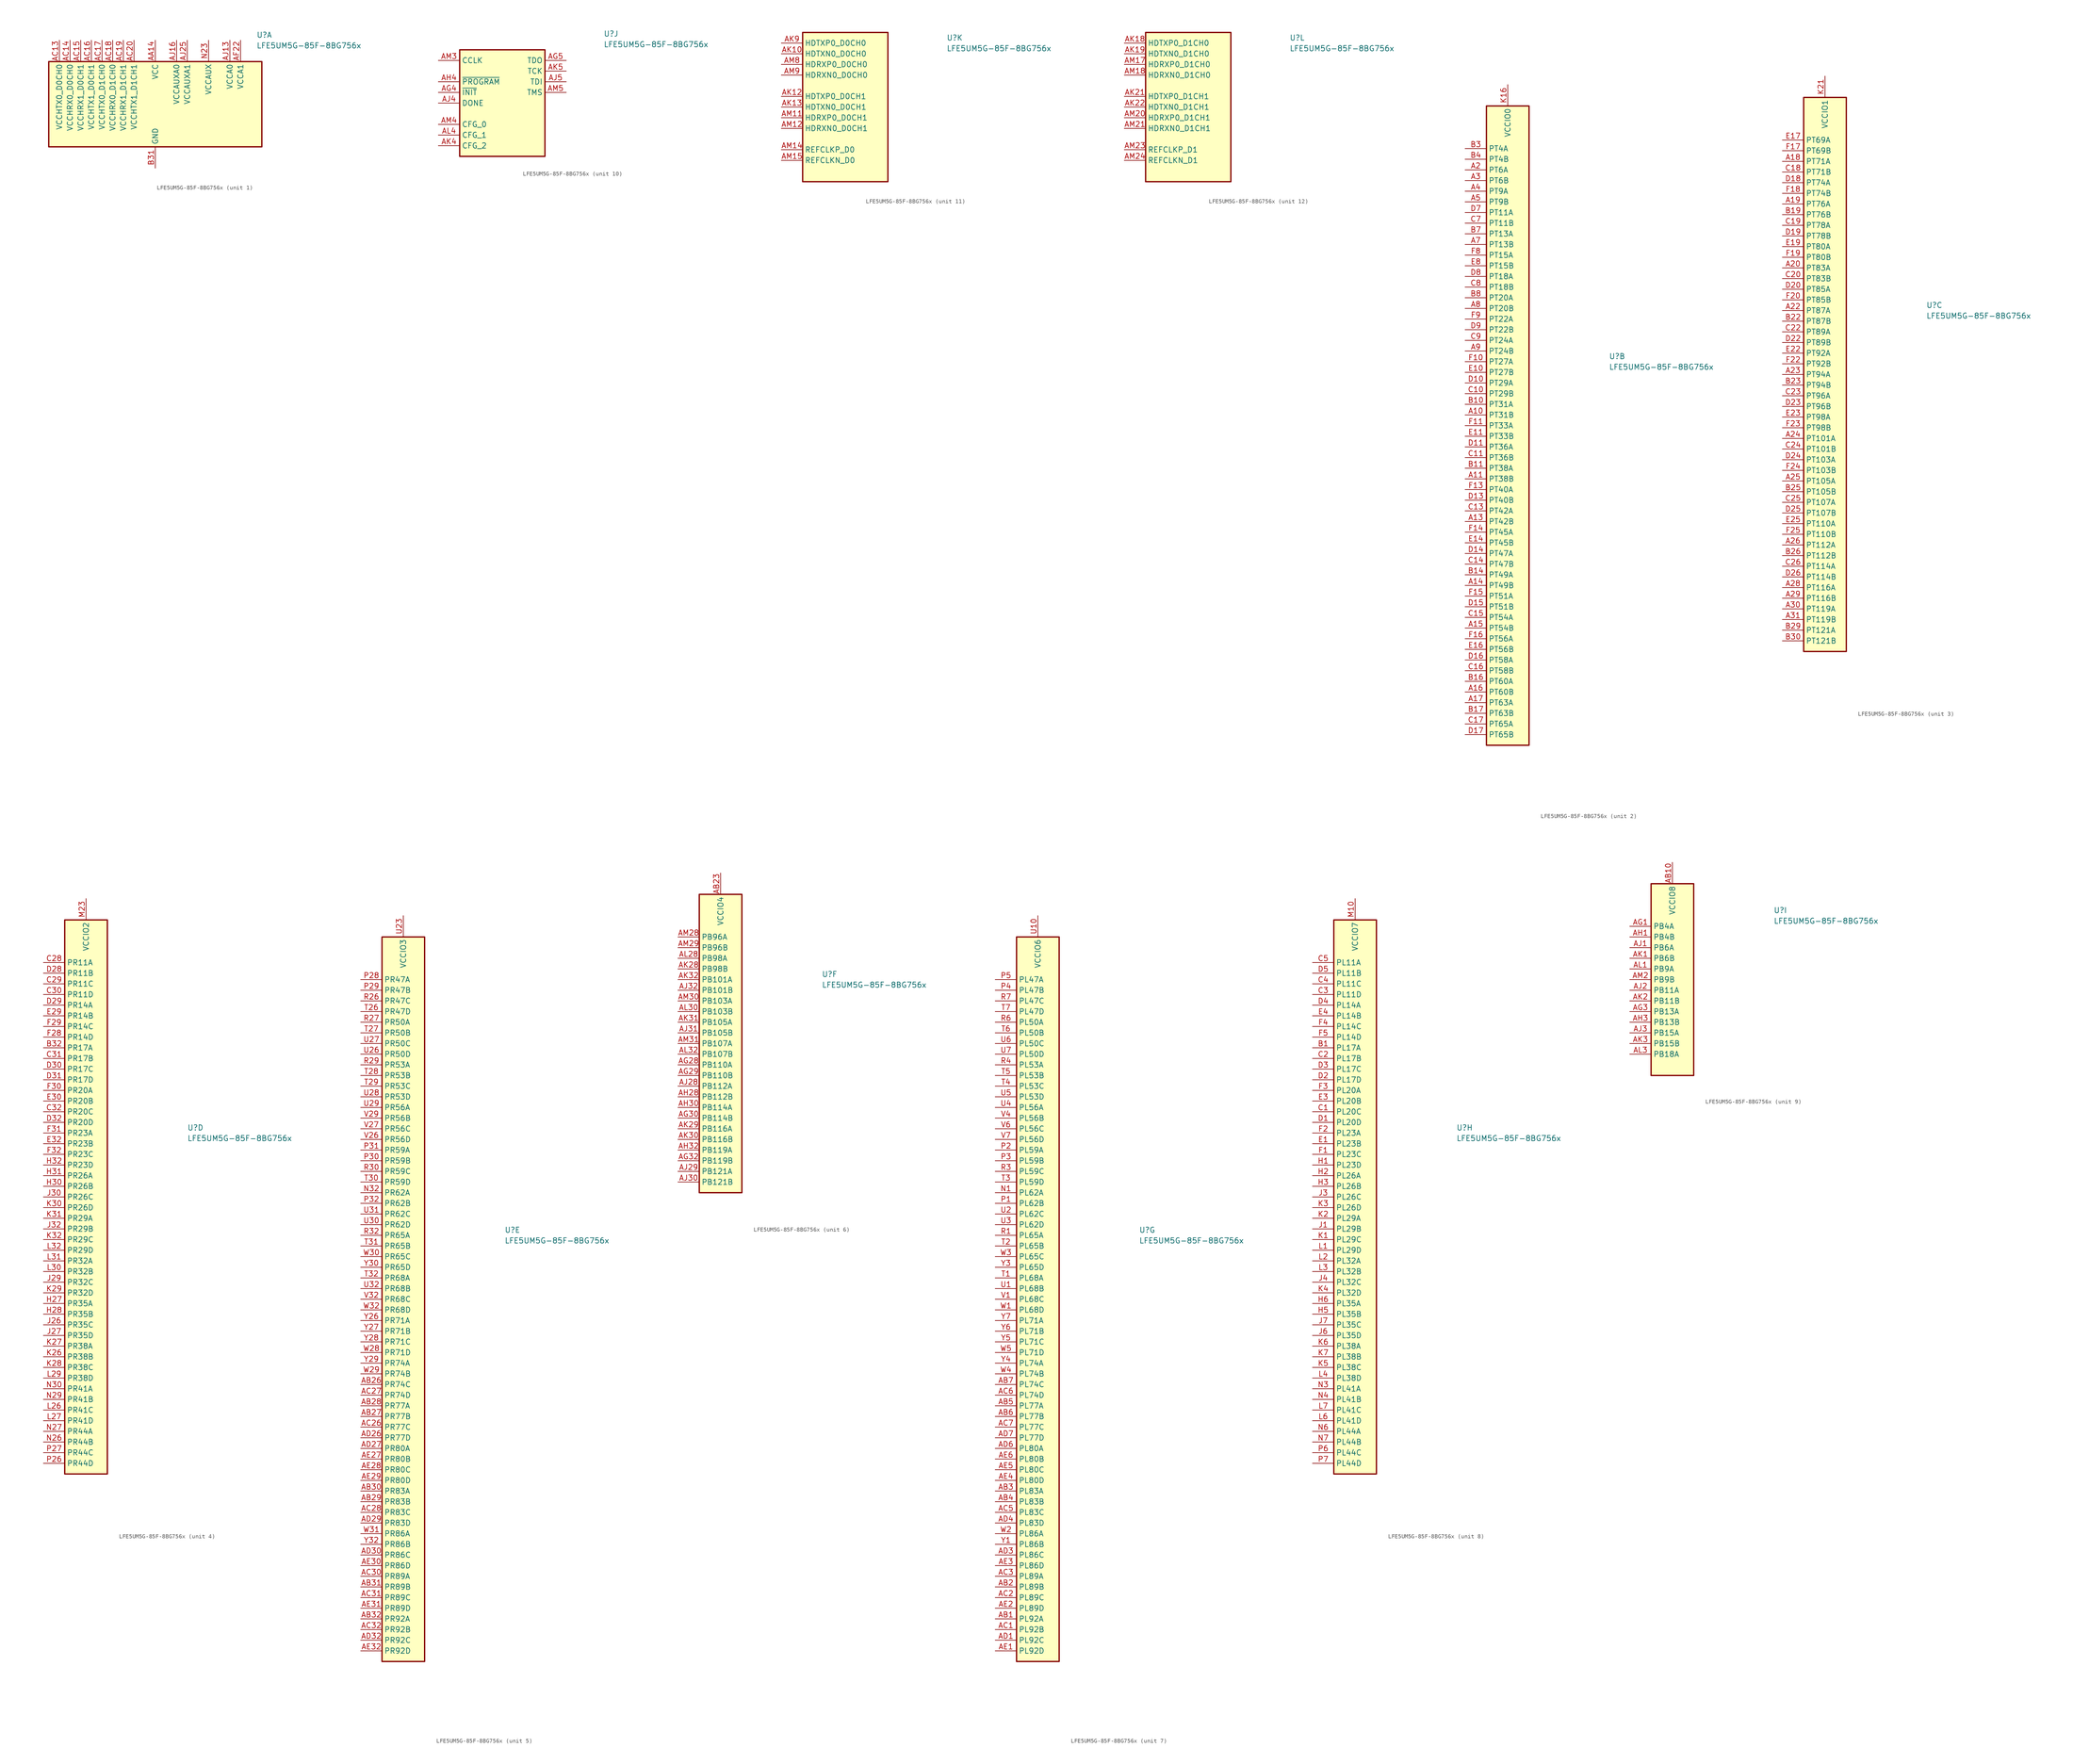
<source format=kicad_sym>
(kicad_symbol_lib
  (version 20241209)
  (generator "kicad_symbol_editor")
  (generator_version "9.0")
  (symbol "LFE5UM5G-85F-8BG756x"
    (property "Reference" "U"
      (at 24.13 16.51 0)
      (effects (font (size 1.27 1.27)) (justify left)))
    (property "Value" "LFE5UM5G-85F-8BG756x"
      (at 24.13 13.97 0)
      (effects (font (size 1.27 1.27)) (justify left)))
    (property "ki_locked" ""
      (at 0 0 0)
      (effects (font (size 1.27 1.27))))
    (symbol "LFE5UM5G-85F-8BG756x_1_1"
      (rectangle (start -25.4 10.16) (end 25.4 -10.16) (stroke (width 0.305) (type default)) (fill (type background)))
      (pin power_in line (at -22.86 15.24 270) (length 5.08) (name "VCCHTX0_D0CH0" (effects (font (size 1.27 1.27)))) (number "AC13" (effects (font (size 1.27 1.27)))))
      (pin no_connect line (at -22.86 -10.16 90) (length 5.08) hide (name "NC" (effects (font (size 1.27 1.27)))) (number "G15" (effects (font (size 1.27 1.27)))))
      (pin power_in line (at -20.32 15.24 270) (length 5.08) (name "VCCHRX0_D0CH0" (effects (font (size 1.27 1.27)))) (number "AC14" (effects (font (size 1.27 1.27)))))
      (pin no_connect line (at -20.32 -10.16 90) (length 5.08) hide (name "NC" (effects (font (size 1.27 1.27)))) (number "G14" (effects (font (size 1.27 1.27)))))
      (pin power_in line (at -17.78 15.24 270) (length 5.08) (name "VCCHRX1_D0CH1" (effects (font (size 1.27 1.27)))) (number "AC15" (effects (font (size 1.27 1.27)))))
      (pin no_connect line (at -17.78 -10.16 90) (length 5.08) hide (name "NC" (effects (font (size 1.27 1.27)))) (number "AG24" (effects (font (size 1.27 1.27)))))
      (pin power_in line (at -15.24 15.24 270) (length 5.08) (name "VCCHTX1_D0CH1" (effects (font (size 1.27 1.27)))) (number "AC16" (effects (font (size 1.27 1.27)))))
      (pin no_connect line (at -15.24 -10.16 90) (length 5.08) hide (name "NC" (effects (font (size 1.27 1.27)))) (number "G23" (effects (font (size 1.27 1.27)))))
      (pin power_in line (at -12.7 15.24 270) (length 5.08) (name "VCCHTX0_D1CH0" (effects (font (size 1.27 1.27)))) (number "AC17" (effects (font (size 1.27 1.27)))))
      (pin no_connect line (at -12.7 -10.16 90) (length 5.08) hide (name "NC" (effects (font (size 1.27 1.27)))) (number "G22" (effects (font (size 1.27 1.27)))))
      (pin power_in line (at -10.16 15.24 270) (length 5.08) (name "VCCHRX0_D1CH0" (effects (font (size 1.27 1.27)))) (number "AC18" (effects (font (size 1.27 1.27)))))
      (pin no_connect line (at -10.16 -10.16 90) (length 5.08) hide (name "NC" (effects (font (size 1.27 1.27)))) (number "G19" (effects (font (size 1.27 1.27)))))
      (pin power_in line (at -7.62 15.24 270) (length 5.08) (name "VCCHRX1_D1CH1" (effects (font (size 1.27 1.27)))) (number "AC19" (effects (font (size 1.27 1.27)))))
      (pin no_connect line (at -7.62 -10.16 90) (length 5.08) hide (name "NC" (effects (font (size 1.27 1.27)))) (number "G18" (effects (font (size 1.27 1.27)))))
      (pin power_in line (at -5.08 15.24 270) (length 5.08) (name "VCCHTX1_D1CH1" (effects (font (size 1.27 1.27)))) (number "AC20" (effects (font (size 1.27 1.27)))))
      (pin no_connect line (at -5.08 -10.16 90) (length 5.08) hide (name "NC" (effects (font (size 1.27 1.27)))) (number "G17" (effects (font (size 1.27 1.27)))))
      (pin no_connect line (at -2.54 10.16 270) (length 5.08) hide (name "NC" (effects (font (size 1.27 1.27)))) (number "G9" (effects (font (size 1.27 1.27)))))
      (pin no_connect line (at -2.54 -10.16 90) (length 5.08) hide (name "NC" (effects (font (size 1.27 1.27)))) (number "G16" (effects (font (size 1.27 1.27)))))
      (pin passive line (at 0 15.24 270) (length 5.08) hide (name "VCC" (effects (font (size 1.27 1.27)))) (number "AA12" (effects (font (size 1.27 1.27)))))
      (pin passive line (at 0 15.24 270) (length 5.08) hide (name "VCC" (effects (font (size 1.27 1.27)))) (number "AA13" (effects (font (size 1.27 1.27)))))
      (pin power_in line (at 0 15.24 270) (length 5.08) (name "VCC" (effects (font (size 1.27 1.27)))) (number "AA14" (effects (font (size 1.27 1.27)))))
      (pin passive line (at 0 15.24 270) (length 5.08) hide (name "VCC" (effects (font (size 1.27 1.27)))) (number "AA15" (effects (font (size 1.27 1.27)))))
      (pin passive line (at 0 15.24 270) (length 5.08) hide (name "VCC" (effects (font (size 1.27 1.27)))) (number "AA16" (effects (font (size 1.27 1.27)))))
      (pin passive line (at 0 15.24 270) (length 5.08) hide (name "VCC" (effects (font (size 1.27 1.27)))) (number "AA17" (effects (font (size 1.27 1.27)))))
      (pin passive line (at 0 15.24 270) (length 5.08) hide (name "VCC" (effects (font (size 1.27 1.27)))) (number "AA18" (effects (font (size 1.27 1.27)))))
      (pin passive line (at 0 15.24 270) (length 5.08) hide (name "VCC" (effects (font (size 1.27 1.27)))) (number "AA19" (effects (font (size 1.27 1.27)))))
      (pin passive line (at 0 15.24 270) (length 5.08) hide (name "VCC" (effects (font (size 1.27 1.27)))) (number "AA20" (effects (font (size 1.27 1.27)))))
      (pin passive line (at 0 15.24 270) (length 5.08) hide (name "VCC" (effects (font (size 1.27 1.27)))) (number "AA21" (effects (font (size 1.27 1.27)))))
      (pin passive line (at 0 15.24 270) (length 5.08) hide (name "VCC" (effects (font (size 1.27 1.27)))) (number "M12" (effects (font (size 1.27 1.27)))))
      (pin passive line (at 0 15.24 270) (length 5.08) hide (name "VCC" (effects (font (size 1.27 1.27)))) (number "M13" (effects (font (size 1.27 1.27)))))
      (pin passive line (at 0 15.24 270) (length 5.08) hide (name "VCC" (effects (font (size 1.27 1.27)))) (number "M14" (effects (font (size 1.27 1.27)))))
      (pin passive line (at 0 15.24 270) (length 5.08) hide (name "VCC" (effects (font (size 1.27 1.27)))) (number "M15" (effects (font (size 1.27 1.27)))))
      (pin passive line (at 0 15.24 270) (length 5.08) hide (name "VCC" (effects (font (size 1.27 1.27)))) (number "M16" (effects (font (size 1.27 1.27)))))
      (pin passive line (at 0 15.24 270) (length 5.08) hide (name "VCC" (effects (font (size 1.27 1.27)))) (number "M17" (effects (font (size 1.27 1.27)))))
      (pin passive line (at 0 15.24 270) (length 5.08) hide (name "VCC" (effects (font (size 1.27 1.27)))) (number "M18" (effects (font (size 1.27 1.27)))))
      (pin passive line (at 0 15.24 270) (length 5.08) hide (name "VCC" (effects (font (size 1.27 1.27)))) (number "M19" (effects (font (size 1.27 1.27)))))
      (pin passive line (at 0 15.24 270) (length 5.08) hide (name "VCC" (effects (font (size 1.27 1.27)))) (number "M20" (effects (font (size 1.27 1.27)))))
      (pin passive line (at 0 15.24 270) (length 5.08) hide (name "VCC" (effects (font (size 1.27 1.27)))) (number "M21" (effects (font (size 1.27 1.27)))))
      (pin passive line (at 0 15.24 270) (length 5.08) hide (name "VCC" (effects (font (size 1.27 1.27)))) (number "N12" (effects (font (size 1.27 1.27)))))
      (pin passive line (at 0 15.24 270) (length 5.08) hide (name "VCC" (effects (font (size 1.27 1.27)))) (number "N21" (effects (font (size 1.27 1.27)))))
      (pin passive line (at 0 15.24 270) (length 5.08) hide (name "VCC" (effects (font (size 1.27 1.27)))) (number "P12" (effects (font (size 1.27 1.27)))))
      (pin passive line (at 0 15.24 270) (length 5.08) hide (name "VCC" (effects (font (size 1.27 1.27)))) (number "P21" (effects (font (size 1.27 1.27)))))
      (pin passive line (at 0 15.24 270) (length 5.08) hide (name "VCC" (effects (font (size 1.27 1.27)))) (number "R12" (effects (font (size 1.27 1.27)))))
      (pin passive line (at 0 15.24 270) (length 5.08) hide (name "VCC" (effects (font (size 1.27 1.27)))) (number "R21" (effects (font (size 1.27 1.27)))))
      (pin passive line (at 0 15.24 270) (length 5.08) hide (name "VCC" (effects (font (size 1.27 1.27)))) (number "T12" (effects (font (size 1.27 1.27)))))
      (pin passive line (at 0 15.24 270) (length 5.08) hide (name "VCC" (effects (font (size 1.27 1.27)))) (number "T21" (effects (font (size 1.27 1.27)))))
      (pin passive line (at 0 15.24 270) (length 5.08) hide (name "VCC" (effects (font (size 1.27 1.27)))) (number "U12" (effects (font (size 1.27 1.27)))))
      (pin passive line (at 0 15.24 270) (length 5.08) hide (name "VCC" (effects (font (size 1.27 1.27)))) (number "U21" (effects (font (size 1.27 1.27)))))
      (pin passive line (at 0 15.24 270) (length 5.08) hide (name "VCC" (effects (font (size 1.27 1.27)))) (number "V12" (effects (font (size 1.27 1.27)))))
      (pin passive line (at 0 15.24 270) (length 5.08) hide (name "VCC" (effects (font (size 1.27 1.27)))) (number "V21" (effects (font (size 1.27 1.27)))))
      (pin passive line (at 0 15.24 270) (length 5.08) hide (name "VCC" (effects (font (size 1.27 1.27)))) (number "W12" (effects (font (size 1.27 1.27)))))
      (pin passive line (at 0 15.24 270) (length 5.08) hide (name "VCC" (effects (font (size 1.27 1.27)))) (number "W21" (effects (font (size 1.27 1.27)))))
      (pin passive line (at 0 15.24 270) (length 5.08) hide (name "VCC" (effects (font (size 1.27 1.27)))) (number "Y12" (effects (font (size 1.27 1.27)))))
      (pin passive line (at 0 15.24 270) (length 5.08) hide (name "VCC" (effects (font (size 1.27 1.27)))) (number "Y21" (effects (font (size 1.27 1.27)))))
      (pin passive line (at 0 -15.24 90) (length 5.08) hide (name "GND" (effects (font (size 1.27 1.27)))) (number "AA11" (effects (font (size 1.27 1.27)))))
      (pin passive line (at 0 -15.24 90) (length 5.08) hide (name "GND" (effects (font (size 1.27 1.27)))) (number "AA22" (effects (font (size 1.27 1.27)))))
      (pin passive line (at 0 -15.24 90) (length 5.08) hide (name "GND" (effects (font (size 1.27 1.27)))) (number "AB11" (effects (font (size 1.27 1.27)))))
      (pin passive line (at 0 -15.24 90) (length 5.08) hide (name "GND" (effects (font (size 1.27 1.27)))) (number "AB12" (effects (font (size 1.27 1.27)))))
      (pin passive line (at 0 -15.24 90) (length 5.08) hide (name "GND" (effects (font (size 1.27 1.27)))) (number "AB13" (effects (font (size 1.27 1.27)))))
      (pin passive line (at 0 -15.24 90) (length 5.08) hide (name "GND" (effects (font (size 1.27 1.27)))) (number "AB14" (effects (font (size 1.27 1.27)))))
      (pin passive line (at 0 -15.24 90) (length 5.08) hide (name "GND" (effects (font (size 1.27 1.27)))) (number "AB15" (effects (font (size 1.27 1.27)))))
      (pin passive line (at 0 -15.24 90) (length 5.08) hide (name "GND" (effects (font (size 1.27 1.27)))) (number "AB16" (effects (font (size 1.27 1.27)))))
      (pin passive line (at 0 -15.24 90) (length 5.08) hide (name "GND" (effects (font (size 1.27 1.27)))) (number "AB17" (effects (font (size 1.27 1.27)))))
      (pin passive line (at 0 -15.24 90) (length 5.08) hide (name "GND" (effects (font (size 1.27 1.27)))) (number "AB18" (effects (font (size 1.27 1.27)))))
      (pin passive line (at 0 -15.24 90) (length 5.08) hide (name "GND" (effects (font (size 1.27 1.27)))) (number "AB19" (effects (font (size 1.27 1.27)))))
      (pin passive line (at 0 -15.24 90) (length 5.08) hide (name "GND" (effects (font (size 1.27 1.27)))) (number "AB20" (effects (font (size 1.27 1.27)))))
      (pin passive line (at 0 -15.24 90) (length 5.08) hide (name "GND" (effects (font (size 1.27 1.27)))) (number "AB21" (effects (font (size 1.27 1.27)))))
      (pin passive line (at 0 -15.24 90) (length 5.08) hide (name "GND" (effects (font (size 1.27 1.27)))) (number "AB22" (effects (font (size 1.27 1.27)))))
      (pin passive line (at 0 -15.24 90) (length 5.08) hide (name "GND" (effects (font (size 1.27 1.27)))) (number "AC12" (effects (font (size 1.27 1.27)))))
      (pin passive line (at 0 -15.24 90) (length 5.08) hide (name "GND" (effects (font (size 1.27 1.27)))) (number "AC21" (effects (font (size 1.27 1.27)))))
      (pin passive line (at 0 -15.24 90) (length 5.08) hide (name "GND" (effects (font (size 1.27 1.27)))) (number "AD2" (effects (font (size 1.27 1.27)))))
      (pin passive line (at 0 -15.24 90) (length 5.08) hide (name "GND" (effects (font (size 1.27 1.27)))) (number "AD28" (effects (font (size 1.27 1.27)))))
      (pin passive line (at 0 -15.24 90) (length 5.08) hide (name "GND" (effects (font (size 1.27 1.27)))) (number "AD31" (effects (font (size 1.27 1.27)))))
      (pin passive line (at 0 -15.24 90) (length 5.08) hide (name "GND" (effects (font (size 1.27 1.27)))) (number "AD5" (effects (font (size 1.27 1.27)))))
      (pin passive line (at 0 -15.24 90) (length 5.08) hide (name "GND" (effects (font (size 1.27 1.27)))) (number "AF11" (effects (font (size 1.27 1.27)))))
      (pin passive line (at 0 -15.24 90) (length 5.08) hide (name "GND" (effects (font (size 1.27 1.27)))) (number "AF12" (effects (font (size 1.27 1.27)))))
      (pin passive line (at 0 -15.24 90) (length 5.08) hide (name "GND" (effects (font (size 1.27 1.27)))) (number "AF14" (effects (font (size 1.27 1.27)))))
      (pin passive line (at 0 -15.24 90) (length 5.08) hide (name "GND" (effects (font (size 1.27 1.27)))) (number "AF15" (effects (font (size 1.27 1.27)))))
      (pin passive line (at 0 -15.24 90) (length 5.08) hide (name "GND" (effects (font (size 1.27 1.27)))) (number "AF16" (effects (font (size 1.27 1.27)))))
      (pin passive line (at 0 -15.24 90) (length 5.08) hide (name "GND" (effects (font (size 1.27 1.27)))) (number "AF17" (effects (font (size 1.27 1.27)))))
      (pin passive line (at 0 -15.24 90) (length 5.08) hide (name "GND" (effects (font (size 1.27 1.27)))) (number "AF19" (effects (font (size 1.27 1.27)))))
      (pin passive line (at 0 -15.24 90) (length 5.08) hide (name "GND" (effects (font (size 1.27 1.27)))) (number "AF20" (effects (font (size 1.27 1.27)))))
      (pin passive line (at 0 -15.24 90) (length 5.08) hide (name "GND" (effects (font (size 1.27 1.27)))) (number "AF23" (effects (font (size 1.27 1.27)))))
      (pin passive line (at 0 -15.24 90) (length 5.08) hide (name "GND" (effects (font (size 1.27 1.27)))) (number "AG11" (effects (font (size 1.27 1.27)))))
      (pin passive line (at 0 -15.24 90) (length 5.08) hide (name "GND" (effects (font (size 1.27 1.27)))) (number "AG14" (effects (font (size 1.27 1.27)))))
      (pin passive line (at 0 -15.24 90) (length 5.08) hide (name "GND" (effects (font (size 1.27 1.27)))) (number "AG15" (effects (font (size 1.27 1.27)))))
      (pin passive line (at 0 -15.24 90) (length 5.08) hide (name "GND" (effects (font (size 1.27 1.27)))) (number "AG16" (effects (font (size 1.27 1.27)))))
      (pin passive line (at 0 -15.24 90) (length 5.08) hide (name "GND" (effects (font (size 1.27 1.27)))) (number "AG17" (effects (font (size 1.27 1.27)))))
      (pin passive line (at 0 -15.24 90) (length 5.08) hide (name "GND" (effects (font (size 1.27 1.27)))) (number "AG20" (effects (font (size 1.27 1.27)))))
      (pin passive line (at 0 -15.24 90) (length 5.08) hide (name "GND" (effects (font (size 1.27 1.27)))) (number "AG23" (effects (font (size 1.27 1.27)))))
      (pin passive line (at 0 -15.24 90) (length 5.08) hide (name "GND" (effects (font (size 1.27 1.27)))) (number "AH11" (effects (font (size 1.27 1.27)))))
      (pin passive line (at 0 -15.24 90) (length 5.08) hide (name "GND" (effects (font (size 1.27 1.27)))) (number "AH14" (effects (font (size 1.27 1.27)))))
      (pin passive line (at 0 -15.24 90) (length 5.08) hide (name "GND" (effects (font (size 1.27 1.27)))) (number "AH15" (effects (font (size 1.27 1.27)))))
      (pin passive line (at 0 -15.24 90) (length 5.08) hide (name "GND" (effects (font (size 1.27 1.27)))) (number "AH16" (effects (font (size 1.27 1.27)))))
      (pin passive line (at 0 -15.24 90) (length 5.08) hide (name "GND" (effects (font (size 1.27 1.27)))) (number "AH17" (effects (font (size 1.27 1.27)))))
      (pin passive line (at 0 -15.24 90) (length 5.08) hide (name "GND" (effects (font (size 1.27 1.27)))) (number "AH2" (effects (font (size 1.27 1.27)))))
      (pin passive line (at 0 -15.24 90) (length 5.08) hide (name "GND" (effects (font (size 1.27 1.27)))) (number "AH20" (effects (font (size 1.27 1.27)))))
      (pin passive line (at 0 -15.24 90) (length 5.08) hide (name "GND" (effects (font (size 1.27 1.27)))) (number "AH23" (effects (font (size 1.27 1.27)))))
      (pin passive line (at 0 -15.24 90) (length 5.08) hide (name "GND" (effects (font (size 1.27 1.27)))) (number "AH24" (effects (font (size 1.27 1.27)))))
      (pin passive line (at 0 -15.24 90) (length 5.08) hide (name "GND" (effects (font (size 1.27 1.27)))) (number "AH25" (effects (font (size 1.27 1.27)))))
      (pin passive line (at 0 -15.24 90) (length 5.08) hide (name "GND" (effects (font (size 1.27 1.27)))) (number "AH26" (effects (font (size 1.27 1.27)))))
      (pin passive line (at 0 -15.24 90) (length 5.08) hide (name "GND" (effects (font (size 1.27 1.27)))) (number "AH29" (effects (font (size 1.27 1.27)))))
      (pin passive line (at 0 -15.24 90) (length 5.08) hide (name "GND" (effects (font (size 1.27 1.27)))) (number "AH31" (effects (font (size 1.27 1.27)))))
      (pin passive line (at 0 -15.24 90) (length 5.08) hide (name "GND" (effects (font (size 1.27 1.27)))) (number "AH5" (effects (font (size 1.27 1.27)))))
      (pin passive line (at 0 -15.24 90) (length 5.08) hide (name "GND" (effects (font (size 1.27 1.27)))) (number "AH7" (effects (font (size 1.27 1.27)))))
      (pin passive line (at 0 -15.24 90) (length 5.08) hide (name "GND" (effects (font (size 1.27 1.27)))) (number "AH8" (effects (font (size 1.27 1.27)))))
      (pin passive line (at 0 -15.24 90) (length 5.08) hide (name "GND" (effects (font (size 1.27 1.27)))) (number "AJ11" (effects (font (size 1.27 1.27)))))
      (pin passive line (at 0 -15.24 90) (length 5.08) hide (name "GND" (effects (font (size 1.27 1.27)))) (number "AJ14" (effects (font (size 1.27 1.27)))))
      (pin passive line (at 0 -15.24 90) (length 5.08) hide (name "GND" (effects (font (size 1.27 1.27)))) (number "AJ17" (effects (font (size 1.27 1.27)))))
      (pin passive line (at 0 -15.24 90) (length 5.08) hide (name "GND" (effects (font (size 1.27 1.27)))) (number "AJ20" (effects (font (size 1.27 1.27)))))
      (pin passive line (at 0 -15.24 90) (length 5.08) hide (name "GND" (effects (font (size 1.27 1.27)))) (number "AJ23" (effects (font (size 1.27 1.27)))))
      (pin passive line (at 0 -15.24 90) (length 5.08) hide (name "GND" (effects (font (size 1.27 1.27)))) (number "AJ26" (effects (font (size 1.27 1.27)))))
      (pin passive line (at 0 -15.24 90) (length 5.08) hide (name "GND" (effects (font (size 1.27 1.27)))) (number "AJ7" (effects (font (size 1.27 1.27)))))
      (pin passive line (at 0 -15.24 90) (length 5.08) hide (name "GND" (effects (font (size 1.27 1.27)))) (number "AJ8" (effects (font (size 1.27 1.27)))))
      (pin passive line (at 0 -15.24 90) (length 5.08) hide (name "GND" (effects (font (size 1.27 1.27)))) (number "AK11" (effects (font (size 1.27 1.27)))))
      (pin passive line (at 0 -15.24 90) (length 5.08) hide (name "GND" (effects (font (size 1.27 1.27)))) (number "AK14" (effects (font (size 1.27 1.27)))))
      (pin passive line (at 0 -15.24 90) (length 5.08) hide (name "GND" (effects (font (size 1.27 1.27)))) (number "AK17" (effects (font (size 1.27 1.27)))))
      (pin passive line (at 0 -15.24 90) (length 5.08) hide (name "GND" (effects (font (size 1.27 1.27)))) (number "AK20" (effects (font (size 1.27 1.27)))))
      (pin passive line (at 0 -15.24 90) (length 5.08) hide (name "GND" (effects (font (size 1.27 1.27)))) (number "AK23" (effects (font (size 1.27 1.27)))))
      (pin passive line (at 0 -15.24 90) (length 5.08) hide (name "GND" (effects (font (size 1.27 1.27)))) (number "AK26" (effects (font (size 1.27 1.27)))))
      (pin passive line (at 0 -15.24 90) (length 5.08) hide (name "GND" (effects (font (size 1.27 1.27)))) (number "AK7" (effects (font (size 1.27 1.27)))))
      (pin passive line (at 0 -15.24 90) (length 5.08) hide (name "GND" (effects (font (size 1.27 1.27)))) (number "AK8" (effects (font (size 1.27 1.27)))))
      (pin passive line (at 0 -15.24 90) (length 5.08) hide (name "GND" (effects (font (size 1.27 1.27)))) (number "AL11" (effects (font (size 1.27 1.27)))))
      (pin passive line (at 0 -15.24 90) (length 5.08) hide (name "GND" (effects (font (size 1.27 1.27)))) (number "AL12" (effects (font (size 1.27 1.27)))))
      (pin passive line (at 0 -15.24 90) (length 5.08) hide (name "GND" (effects (font (size 1.27 1.27)))) (number "AL14" (effects (font (size 1.27 1.27)))))
      (pin passive line (at 0 -15.24 90) (length 5.08) hide (name "GND" (effects (font (size 1.27 1.27)))) (number "AL15" (effects (font (size 1.27 1.27)))))
      (pin passive line (at 0 -15.24 90) (length 5.08) hide (name "GND" (effects (font (size 1.27 1.27)))) (number "AL17" (effects (font (size 1.27 1.27)))))
      (pin passive line (at 0 -15.24 90) (length 5.08) hide (name "GND" (effects (font (size 1.27 1.27)))) (number "AL18" (effects (font (size 1.27 1.27)))))
      (pin passive line (at 0 -15.24 90) (length 5.08) hide (name "GND" (effects (font (size 1.27 1.27)))) (number "AL2" (effects (font (size 1.27 1.27)))))
      (pin passive line (at 0 -15.24 90) (length 5.08) hide (name "GND" (effects (font (size 1.27 1.27)))) (number "AL20" (effects (font (size 1.27 1.27)))))
      (pin passive line (at 0 -15.24 90) (length 5.08) hide (name "GND" (effects (font (size 1.27 1.27)))) (number "AL21" (effects (font (size 1.27 1.27)))))
      (pin passive line (at 0 -15.24 90) (length 5.08) hide (name "GND" (effects (font (size 1.27 1.27)))) (number "AL23" (effects (font (size 1.27 1.27)))))
      (pin passive line (at 0 -15.24 90) (length 5.08) hide (name "GND" (effects (font (size 1.27 1.27)))) (number "AL24" (effects (font (size 1.27 1.27)))))
      (pin passive line (at 0 -15.24 90) (length 5.08) hide (name "GND" (effects (font (size 1.27 1.27)))) (number "AL26" (effects (font (size 1.27 1.27)))))
      (pin passive line (at 0 -15.24 90) (length 5.08) hide (name "GND" (effects (font (size 1.27 1.27)))) (number "AL29" (effects (font (size 1.27 1.27)))))
      (pin passive line (at 0 -15.24 90) (length 5.08) hide (name "GND" (effects (font (size 1.27 1.27)))) (number "AL31" (effects (font (size 1.27 1.27)))))
      (pin passive line (at 0 -15.24 90) (length 5.08) hide (name "GND" (effects (font (size 1.27 1.27)))) (number "AL5" (effects (font (size 1.27 1.27)))))
      (pin passive line (at 0 -15.24 90) (length 5.08) hide (name "GND" (effects (font (size 1.27 1.27)))) (number "AL7" (effects (font (size 1.27 1.27)))))
      (pin passive line (at 0 -15.24 90) (length 5.08) hide (name "GND" (effects (font (size 1.27 1.27)))) (number "AL8" (effects (font (size 1.27 1.27)))))
      (pin passive line (at 0 -15.24 90) (length 5.08) hide (name "GND" (effects (font (size 1.27 1.27)))) (number "AL9" (effects (font (size 1.27 1.27)))))
      (pin passive line (at 0 -15.24 90) (length 5.08) hide (name "GND" (effects (font (size 1.27 1.27)))) (number "AM26" (effects (font (size 1.27 1.27)))))
      (pin passive line (at 0 -15.24 90) (length 5.08) hide (name "GND" (effects (font (size 1.27 1.27)))) (number "AM7" (effects (font (size 1.27 1.27)))))
      (pin passive line (at 0 -15.24 90) (length 5.08) hide (name "GND" (effects (font (size 1.27 1.27)))) (number "B13" (effects (font (size 1.27 1.27)))))
      (pin passive line (at 0 -15.24 90) (length 5.08) hide (name "GND" (effects (font (size 1.27 1.27)))) (number "B15" (effects (font (size 1.27 1.27)))))
      (pin passive line (at 0 -15.24 90) (length 5.08) hide (name "GND" (effects (font (size 1.27 1.27)))) (number "B18" (effects (font (size 1.27 1.27)))))
      (pin passive line (at 0 -15.24 90) (length 5.08) hide (name "GND" (effects (font (size 1.27 1.27)))) (number "B2" (effects (font (size 1.27 1.27)))))
      (pin passive line (at 0 -15.24 90) (length 5.08) hide (name "GND" (effects (font (size 1.27 1.27)))) (number "B20" (effects (font (size 1.27 1.27)))))
      (pin passive line (at 0 -15.24 90) (length 5.08) hide (name "GND" (effects (font (size 1.27 1.27)))) (number "B24" (effects (font (size 1.27 1.27)))))
      (pin passive line (at 0 -15.24 90) (length 5.08) hide (name "GND" (effects (font (size 1.27 1.27)))) (number "B28" (effects (font (size 1.27 1.27)))))
      (pin power_in line (at 0 -15.24 90) (length 5.08) (name "GND" (effects (font (size 1.27 1.27)))) (number "B31" (effects (font (size 1.27 1.27)))))
      (pin passive line (at 0 -15.24 90) (length 5.08) hide (name "GND" (effects (font (size 1.27 1.27)))) (number "B5" (effects (font (size 1.27 1.27)))))
      (pin passive line (at 0 -15.24 90) (length 5.08) hide (name "GND" (effects (font (size 1.27 1.27)))) (number "B9" (effects (font (size 1.27 1.27)))))
      (pin passive line (at 0 -15.24 90) (length 5.08) hide (name "GND" (effects (font (size 1.27 1.27)))) (number "E13" (effects (font (size 1.27 1.27)))))
      (pin passive line (at 0 -15.24 90) (length 5.08) hide (name "GND" (effects (font (size 1.27 1.27)))) (number "E15" (effects (font (size 1.27 1.27)))))
      (pin passive line (at 0 -15.24 90) (length 5.08) hide (name "GND" (effects (font (size 1.27 1.27)))) (number "E18" (effects (font (size 1.27 1.27)))))
      (pin passive line (at 0 -15.24 90) (length 5.08) hide (name "GND" (effects (font (size 1.27 1.27)))) (number "E2" (effects (font (size 1.27 1.27)))))
      (pin passive line (at 0 -15.24 90) (length 5.08) hide (name "GND" (effects (font (size 1.27 1.27)))) (number "E20" (effects (font (size 1.27 1.27)))))
      (pin passive line (at 0 -15.24 90) (length 5.08) hide (name "GND" (effects (font (size 1.27 1.27)))) (number "E24" (effects (font (size 1.27 1.27)))))
      (pin passive line (at 0 -15.24 90) (length 5.08) hide (name "GND" (effects (font (size 1.27 1.27)))) (number "E28" (effects (font (size 1.27 1.27)))))
      (pin passive line (at 0 -15.24 90) (length 5.08) hide (name "GND" (effects (font (size 1.27 1.27)))) (number "E31" (effects (font (size 1.27 1.27)))))
      (pin passive line (at 0 -15.24 90) (length 5.08) hide (name "GND" (effects (font (size 1.27 1.27)))) (number "E5" (effects (font (size 1.27 1.27)))))
      (pin passive line (at 0 -15.24 90) (length 5.08) hide (name "GND" (effects (font (size 1.27 1.27)))) (number "E9" (effects (font (size 1.27 1.27)))))
      (pin passive line (at 0 -15.24 90) (length 5.08) hide (name "GND" (effects (font (size 1.27 1.27)))) (number "J2" (effects (font (size 1.27 1.27)))))
      (pin passive line (at 0 -15.24 90) (length 5.08) hide (name "GND" (effects (font (size 1.27 1.27)))) (number "J28" (effects (font (size 1.27 1.27)))))
      (pin passive line (at 0 -15.24 90) (length 5.08) hide (name "GND" (effects (font (size 1.27 1.27)))) (number "J31" (effects (font (size 1.27 1.27)))))
      (pin passive line (at 0 -15.24 90) (length 5.08) hide (name "GND" (effects (font (size 1.27 1.27)))) (number "J5" (effects (font (size 1.27 1.27)))))
      (pin passive line (at 0 -15.24 90) (length 5.08) hide (name "GND" (effects (font (size 1.27 1.27)))) (number "K10" (effects (font (size 1.27 1.27)))))
      (pin passive line (at 0 -15.24 90) (length 5.08) hide (name "GND" (effects (font (size 1.27 1.27)))) (number "K11" (effects (font (size 1.27 1.27)))))
      (pin passive line (at 0 -15.24 90) (length 5.08) hide (name "GND" (effects (font (size 1.27 1.27)))) (number "K22" (effects (font (size 1.27 1.27)))))
      (pin passive line (at 0 -15.24 90) (length 5.08) hide (name "GND" (effects (font (size 1.27 1.27)))) (number "K23" (effects (font (size 1.27 1.27)))))
      (pin passive line (at 0 -15.24 90) (length 5.08) hide (name "GND" (effects (font (size 1.27 1.27)))) (number "L10" (effects (font (size 1.27 1.27)))))
      (pin passive line (at 0 -15.24 90) (length 5.08) hide (name "GND" (effects (font (size 1.27 1.27)))) (number "L11" (effects (font (size 1.27 1.27)))))
      (pin passive line (at 0 -15.24 90) (length 5.08) hide (name "GND" (effects (font (size 1.27 1.27)))) (number "L12" (effects (font (size 1.27 1.27)))))
      (pin passive line (at 0 -15.24 90) (length 5.08) hide (name "GND" (effects (font (size 1.27 1.27)))) (number "L13" (effects (font (size 1.27 1.27)))))
      (pin passive line (at 0 -15.24 90) (length 5.08) hide (name "GND" (effects (font (size 1.27 1.27)))) (number "L14" (effects (font (size 1.27 1.27)))))
      (pin passive line (at 0 -15.24 90) (length 5.08) hide (name "GND" (effects (font (size 1.27 1.27)))) (number "L15" (effects (font (size 1.27 1.27)))))
      (pin passive line (at 0 -15.24 90) (length 5.08) hide (name "GND" (effects (font (size 1.27 1.27)))) (number "L16" (effects (font (size 1.27 1.27)))))
      (pin passive line (at 0 -15.24 90) (length 5.08) hide (name "GND" (effects (font (size 1.27 1.27)))) (number "L17" (effects (font (size 1.27 1.27)))))
      (pin passive line (at 0 -15.24 90) (length 5.08) hide (name "GND" (effects (font (size 1.27 1.27)))) (number "L18" (effects (font (size 1.27 1.27)))))
      (pin passive line (at 0 -15.24 90) (length 5.08) hide (name "GND" (effects (font (size 1.27 1.27)))) (number "L19" (effects (font (size 1.27 1.27)))))
      (pin passive line (at 0 -15.24 90) (length 5.08) hide (name "GND" (effects (font (size 1.27 1.27)))) (number "L20" (effects (font (size 1.27 1.27)))))
      (pin passive line (at 0 -15.24 90) (length 5.08) hide (name "GND" (effects (font (size 1.27 1.27)))) (number "L21" (effects (font (size 1.27 1.27)))))
      (pin passive line (at 0 -15.24 90) (length 5.08) hide (name "GND" (effects (font (size 1.27 1.27)))) (number "L22" (effects (font (size 1.27 1.27)))))
      (pin passive line (at 0 -15.24 90) (length 5.08) hide (name "GND" (effects (font (size 1.27 1.27)))) (number "L23" (effects (font (size 1.27 1.27)))))
      (pin passive line (at 0 -15.24 90) (length 5.08) hide (name "GND" (effects (font (size 1.27 1.27)))) (number "M11" (effects (font (size 1.27 1.27)))))
      (pin passive line (at 0 -15.24 90) (length 5.08) hide (name "GND" (effects (font (size 1.27 1.27)))) (number "M22" (effects (font (size 1.27 1.27)))))
      (pin passive line (at 0 -15.24 90) (length 5.08) hide (name "GND" (effects (font (size 1.27 1.27)))) (number "N11" (effects (font (size 1.27 1.27)))))
      (pin passive line (at 0 -15.24 90) (length 5.08) hide (name "GND" (effects (font (size 1.27 1.27)))) (number "N13" (effects (font (size 1.27 1.27)))))
      (pin passive line (at 0 -15.24 90) (length 5.08) hide (name "GND" (effects (font (size 1.27 1.27)))) (number "N14" (effects (font (size 1.27 1.27)))))
      (pin passive line (at 0 -15.24 90) (length 5.08) hide (name "GND" (effects (font (size 1.27 1.27)))) (number "N15" (effects (font (size 1.27 1.27)))))
      (pin passive line (at 0 -15.24 90) (length 5.08) hide (name "GND" (effects (font (size 1.27 1.27)))) (number "N16" (effects (font (size 1.27 1.27)))))
      (pin passive line (at 0 -15.24 90) (length 5.08) hide (name "GND" (effects (font (size 1.27 1.27)))) (number "N17" (effects (font (size 1.27 1.27)))))
      (pin passive line (at 0 -15.24 90) (length 5.08) hide (name "GND" (effects (font (size 1.27 1.27)))) (number "N18" (effects (font (size 1.27 1.27)))))
      (pin passive line (at 0 -15.24 90) (length 5.08) hide (name "GND" (effects (font (size 1.27 1.27)))) (number "N19" (effects (font (size 1.27 1.27)))))
      (pin passive line (at 0 -15.24 90) (length 5.08) hide (name "GND" (effects (font (size 1.27 1.27)))) (number "N2" (effects (font (size 1.27 1.27)))))
      (pin passive line (at 0 -15.24 90) (length 5.08) hide (name "GND" (effects (font (size 1.27 1.27)))) (number "N20" (effects (font (size 1.27 1.27)))))
      (pin passive line (at 0 -15.24 90) (length 5.08) hide (name "GND" (effects (font (size 1.27 1.27)))) (number "N22" (effects (font (size 1.27 1.27)))))
      (pin passive line (at 0 -15.24 90) (length 5.08) hide (name "GND" (effects (font (size 1.27 1.27)))) (number "N28" (effects (font (size 1.27 1.27)))))
      (pin passive line (at 0 -15.24 90) (length 5.08) hide (name "GND" (effects (font (size 1.27 1.27)))) (number "N31" (effects (font (size 1.27 1.27)))))
      (pin passive line (at 0 -15.24 90) (length 5.08) hide (name "GND" (effects (font (size 1.27 1.27)))) (number "N5" (effects (font (size 1.27 1.27)))))
      (pin passive line (at 0 -15.24 90) (length 5.08) hide (name "GND" (effects (font (size 1.27 1.27)))) (number "P11" (effects (font (size 1.27 1.27)))))
      (pin passive line (at 0 -15.24 90) (length 5.08) hide (name "GND" (effects (font (size 1.27 1.27)))) (number "P13" (effects (font (size 1.27 1.27)))))
      (pin passive line (at 0 -15.24 90) (length 5.08) hide (name "GND" (effects (font (size 1.27 1.27)))) (number "P14" (effects (font (size 1.27 1.27)))))
      (pin passive line (at 0 -15.24 90) (length 5.08) hide (name "GND" (effects (font (size 1.27 1.27)))) (number "P15" (effects (font (size 1.27 1.27)))))
      (pin passive line (at 0 -15.24 90) (length 5.08) hide (name "GND" (effects (font (size 1.27 1.27)))) (number "P16" (effects (font (size 1.27 1.27)))))
      (pin passive line (at 0 -15.24 90) (length 5.08) hide (name "GND" (effects (font (size 1.27 1.27)))) (number "P17" (effects (font (size 1.27 1.27)))))
      (pin passive line (at 0 -15.24 90) (length 5.08) hide (name "GND" (effects (font (size 1.27 1.27)))) (number "P18" (effects (font (size 1.27 1.27)))))
      (pin passive line (at 0 -15.24 90) (length 5.08) hide (name "GND" (effects (font (size 1.27 1.27)))) (number "P19" (effects (font (size 1.27 1.27)))))
      (pin passive line (at 0 -15.24 90) (length 5.08) hide (name "GND" (effects (font (size 1.27 1.27)))) (number "P20" (effects (font (size 1.27 1.27)))))
      (pin passive line (at 0 -15.24 90) (length 5.08) hide (name "GND" (effects (font (size 1.27 1.27)))) (number "P22" (effects (font (size 1.27 1.27)))))
      (pin passive line (at 0 -15.24 90) (length 5.08) hide (name "GND" (effects (font (size 1.27 1.27)))) (number "R11" (effects (font (size 1.27 1.27)))))
      (pin passive line (at 0 -15.24 90) (length 5.08) hide (name "GND" (effects (font (size 1.27 1.27)))) (number "R13" (effects (font (size 1.27 1.27)))))
      (pin passive line (at 0 -15.24 90) (length 5.08) hide (name "GND" (effects (font (size 1.27 1.27)))) (number "R14" (effects (font (size 1.27 1.27)))))
      (pin passive line (at 0 -15.24 90) (length 5.08) hide (name "GND" (effects (font (size 1.27 1.27)))) (number "R15" (effects (font (size 1.27 1.27)))))
      (pin passive line (at 0 -15.24 90) (length 5.08) hide (name "GND" (effects (font (size 1.27 1.27)))) (number "R16" (effects (font (size 1.27 1.27)))))
      (pin passive line (at 0 -15.24 90) (length 5.08) hide (name "GND" (effects (font (size 1.27 1.27)))) (number "R17" (effects (font (size 1.27 1.27)))))
      (pin passive line (at 0 -15.24 90) (length 5.08) hide (name "GND" (effects (font (size 1.27 1.27)))) (number "R18" (effects (font (size 1.27 1.27)))))
      (pin passive line (at 0 -15.24 90) (length 5.08) hide (name "GND" (effects (font (size 1.27 1.27)))) (number "R19" (effects (font (size 1.27 1.27)))))
      (pin passive line (at 0 -15.24 90) (length 5.08) hide (name "GND" (effects (font (size 1.27 1.27)))) (number "R2" (effects (font (size 1.27 1.27)))))
      (pin passive line (at 0 -15.24 90) (length 5.08) hide (name "GND" (effects (font (size 1.27 1.27)))) (number "R20" (effects (font (size 1.27 1.27)))))
      (pin passive line (at 0 -15.24 90) (length 5.08) hide (name "GND" (effects (font (size 1.27 1.27)))) (number "R22" (effects (font (size 1.27 1.27)))))
      (pin passive line (at 0 -15.24 90) (length 5.08) hide (name "GND" (effects (font (size 1.27 1.27)))) (number "R28" (effects (font (size 1.27 1.27)))))
      (pin passive line (at 0 -15.24 90) (length 5.08) hide (name "GND" (effects (font (size 1.27 1.27)))) (number "R31" (effects (font (size 1.27 1.27)))))
      (pin passive line (at 0 -15.24 90) (length 5.08) hide (name "GND" (effects (font (size 1.27 1.27)))) (number "R5" (effects (font (size 1.27 1.27)))))
      (pin passive line (at 0 -15.24 90) (length 5.08) hide (name "GND" (effects (font (size 1.27 1.27)))) (number "T11" (effects (font (size 1.27 1.27)))))
      (pin passive line (at 0 -15.24 90) (length 5.08) hide (name "GND" (effects (font (size 1.27 1.27)))) (number "T13" (effects (font (size 1.27 1.27)))))
      (pin passive line (at 0 -15.24 90) (length 5.08) hide (name "GND" (effects (font (size 1.27 1.27)))) (number "T14" (effects (font (size 1.27 1.27)))))
      (pin passive line (at 0 -15.24 90) (length 5.08) hide (name "GND" (effects (font (size 1.27 1.27)))) (number "T15" (effects (font (size 1.27 1.27)))))
      (pin passive line (at 0 -15.24 90) (length 5.08) hide (name "GND" (effects (font (size 1.27 1.27)))) (number "T16" (effects (font (size 1.27 1.27)))))
      (pin passive line (at 0 -15.24 90) (length 5.08) hide (name "GND" (effects (font (size 1.27 1.27)))) (number "T17" (effects (font (size 1.27 1.27)))))
      (pin passive line (at 0 -15.24 90) (length 5.08) hide (name "GND" (effects (font (size 1.27 1.27)))) (number "T18" (effects (font (size 1.27 1.27)))))
      (pin passive line (at 0 -15.24 90) (length 5.08) hide (name "GND" (effects (font (size 1.27 1.27)))) (number "T19" (effects (font (size 1.27 1.27)))))
      (pin passive line (at 0 -15.24 90) (length 5.08) hide (name "GND" (effects (font (size 1.27 1.27)))) (number "T20" (effects (font (size 1.27 1.27)))))
      (pin passive line (at 0 -15.24 90) (length 5.08) hide (name "GND" (effects (font (size 1.27 1.27)))) (number "T22" (effects (font (size 1.27 1.27)))))
      (pin passive line (at 0 -15.24 90) (length 5.08) hide (name "GND" (effects (font (size 1.27 1.27)))) (number "U11" (effects (font (size 1.27 1.27)))))
      (pin passive line (at 0 -15.24 90) (length 5.08) hide (name "GND" (effects (font (size 1.27 1.27)))) (number "U13" (effects (font (size 1.27 1.27)))))
      (pin passive line (at 0 -15.24 90) (length 5.08) hide (name "GND" (effects (font (size 1.27 1.27)))) (number "U14" (effects (font (size 1.27 1.27)))))
      (pin passive line (at 0 -15.24 90) (length 5.08) hide (name "GND" (effects (font (size 1.27 1.27)))) (number "U15" (effects (font (size 1.27 1.27)))))
      (pin passive line (at 0 -15.24 90) (length 5.08) hide (name "GND" (effects (font (size 1.27 1.27)))) (number "U16" (effects (font (size 1.27 1.27)))))
      (pin passive line (at 0 -15.24 90) (length 5.08) hide (name "GND" (effects (font (size 1.27 1.27)))) (number "U17" (effects (font (size 1.27 1.27)))))
      (pin passive line (at 0 -15.24 90) (length 5.08) hide (name "GND" (effects (font (size 1.27 1.27)))) (number "U18" (effects (font (size 1.27 1.27)))))
      (pin passive line (at 0 -15.24 90) (length 5.08) hide (name "GND" (effects (font (size 1.27 1.27)))) (number "U19" (effects (font (size 1.27 1.27)))))
      (pin passive line (at 0 -15.24 90) (length 5.08) hide (name "GND" (effects (font (size 1.27 1.27)))) (number "U20" (effects (font (size 1.27 1.27)))))
      (pin passive line (at 0 -15.24 90) (length 5.08) hide (name "GND" (effects (font (size 1.27 1.27)))) (number "U22" (effects (font (size 1.27 1.27)))))
      (pin passive line (at 0 -15.24 90) (length 5.08) hide (name "GND" (effects (font (size 1.27 1.27)))) (number "V11" (effects (font (size 1.27 1.27)))))
      (pin passive line (at 0 -15.24 90) (length 5.08) hide (name "GND" (effects (font (size 1.27 1.27)))) (number "V13" (effects (font (size 1.27 1.27)))))
      (pin passive line (at 0 -15.24 90) (length 5.08) hide (name "GND" (effects (font (size 1.27 1.27)))) (number "V14" (effects (font (size 1.27 1.27)))))
      (pin passive line (at 0 -15.24 90) (length 5.08) hide (name "GND" (effects (font (size 1.27 1.27)))) (number "V15" (effects (font (size 1.27 1.27)))))
      (pin passive line (at 0 -15.24 90) (length 5.08) hide (name "GND" (effects (font (size 1.27 1.27)))) (number "V16" (effects (font (size 1.27 1.27)))))
      (pin passive line (at 0 -15.24 90) (length 5.08) hide (name "GND" (effects (font (size 1.27 1.27)))) (number "V17" (effects (font (size 1.27 1.27)))))
      (pin passive line (at 0 -15.24 90) (length 5.08) hide (name "GND" (effects (font (size 1.27 1.27)))) (number "V18" (effects (font (size 1.27 1.27)))))
      (pin passive line (at 0 -15.24 90) (length 5.08) hide (name "GND" (effects (font (size 1.27 1.27)))) (number "V19" (effects (font (size 1.27 1.27)))))
      (pin passive line (at 0 -15.24 90) (length 5.08) hide (name "GND" (effects (font (size 1.27 1.27)))) (number "V2" (effects (font (size 1.27 1.27)))))
      (pin passive line (at 0 -15.24 90) (length 5.08) hide (name "GND" (effects (font (size 1.27 1.27)))) (number "V20" (effects (font (size 1.27 1.27)))))
      (pin passive line (at 0 -15.24 90) (length 5.08) hide (name "GND" (effects (font (size 1.27 1.27)))) (number "V22" (effects (font (size 1.27 1.27)))))
      (pin passive line (at 0 -15.24 90) (length 5.08) hide (name "GND" (effects (font (size 1.27 1.27)))) (number "V28" (effects (font (size 1.27 1.27)))))
      (pin passive line (at 0 -15.24 90) (length 5.08) hide (name "GND" (effects (font (size 1.27 1.27)))) (number "V31" (effects (font (size 1.27 1.27)))))
      (pin passive line (at 0 -15.24 90) (length 5.08) hide (name "GND" (effects (font (size 1.27 1.27)))) (number "V5" (effects (font (size 1.27 1.27)))))
      (pin passive line (at 0 -15.24 90) (length 5.08) hide (name "GND" (effects (font (size 1.27 1.27)))) (number "W11" (effects (font (size 1.27 1.27)))))
      (pin passive line (at 0 -15.24 90) (length 5.08) hide (name "GND" (effects (font (size 1.27 1.27)))) (number "W13" (effects (font (size 1.27 1.27)))))
      (pin passive line (at 0 -15.24 90) (length 5.08) hide (name "GND" (effects (font (size 1.27 1.27)))) (number "W14" (effects (font (size 1.27 1.27)))))
      (pin passive line (at 0 -15.24 90) (length 5.08) hide (name "GND" (effects (font (size 1.27 1.27)))) (number "W15" (effects (font (size 1.27 1.27)))))
      (pin passive line (at 0 -15.24 90) (length 5.08) hide (name "GND" (effects (font (size 1.27 1.27)))) (number "W16" (effects (font (size 1.27 1.27)))))
      (pin passive line (at 0 -15.24 90) (length 5.08) hide (name "GND" (effects (font (size 1.27 1.27)))) (number "W17" (effects (font (size 1.27 1.27)))))
      (pin passive line (at 0 -15.24 90) (length 5.08) hide (name "GND" (effects (font (size 1.27 1.27)))) (number "W18" (effects (font (size 1.27 1.27)))))
      (pin passive line (at 0 -15.24 90) (length 5.08) hide (name "GND" (effects (font (size 1.27 1.27)))) (number "W19" (effects (font (size 1.27 1.27)))))
      (pin passive line (at 0 -15.24 90) (length 5.08) hide (name "GND" (effects (font (size 1.27 1.27)))) (number "W20" (effects (font (size 1.27 1.27)))))
      (pin passive line (at 0 -15.24 90) (length 5.08) hide (name "GND" (effects (font (size 1.27 1.27)))) (number "W22" (effects (font (size 1.27 1.27)))))
      (pin passive line (at 0 -15.24 90) (length 5.08) hide (name "GND" (effects (font (size 1.27 1.27)))) (number "Y11" (effects (font (size 1.27 1.27)))))
      (pin passive line (at 0 -15.24 90) (length 5.08) hide (name "GND" (effects (font (size 1.27 1.27)))) (number "Y13" (effects (font (size 1.27 1.27)))))
      (pin passive line (at 0 -15.24 90) (length 5.08) hide (name "GND" (effects (font (size 1.27 1.27)))) (number "Y14" (effects (font (size 1.27 1.27)))))
      (pin passive line (at 0 -15.24 90) (length 5.08) hide (name "GND" (effects (font (size 1.27 1.27)))) (number "Y15" (effects (font (size 1.27 1.27)))))
      (pin passive line (at 0 -15.24 90) (length 5.08) hide (name "GND" (effects (font (size 1.27 1.27)))) (number "Y16" (effects (font (size 1.27 1.27)))))
      (pin passive line (at 0 -15.24 90) (length 5.08) hide (name "GND" (effects (font (size 1.27 1.27)))) (number "Y17" (effects (font (size 1.27 1.27)))))
      (pin passive line (at 0 -15.24 90) (length 5.08) hide (name "GND" (effects (font (size 1.27 1.27)))) (number "Y18" (effects (font (size 1.27 1.27)))))
      (pin passive line (at 0 -15.24 90) (length 5.08) hide (name "GND" (effects (font (size 1.27 1.27)))) (number "Y19" (effects (font (size 1.27 1.27)))))
      (pin passive line (at 0 -15.24 90) (length 5.08) hide (name "GND" (effects (font (size 1.27 1.27)))) (number "Y2" (effects (font (size 1.27 1.27)))))
      (pin passive line (at 0 -15.24 90) (length 5.08) hide (name "GND" (effects (font (size 1.27 1.27)))) (number "Y20" (effects (font (size 1.27 1.27)))))
      (pin passive line (at 0 -15.24 90) (length 5.08) hide (name "GND" (effects (font (size 1.27 1.27)))) (number "Y22" (effects (font (size 1.27 1.27)))))
      (pin passive line (at 0 -15.24 90) (length 5.08) hide (name "GND" (effects (font (size 1.27 1.27)))) (number "Y31" (effects (font (size 1.27 1.27)))))
      (pin no_connect line (at 2.54 10.16 270) (length 5.08) hide (name "NC" (effects (font (size 1.27 1.27)))) (number "E7" (effects (font (size 1.27 1.27)))))
      (pin no_connect line (at 2.54 -10.16 90) (length 5.08) hide (name "NC" (effects (font (size 1.27 1.27)))) (number "G11" (effects (font (size 1.27 1.27)))))
      (pin passive line (at 5.08 15.24 270) (length 5.08) hide (name "VCCAUXA0" (effects (font (size 1.27 1.27)))) (number "AJ15" (effects (font (size 1.27 1.27)))))
      (pin power_in line (at 5.08 15.24 270) (length 5.08) (name "VCCAUXA0" (effects (font (size 1.27 1.27)))) (number "AJ16" (effects (font (size 1.27 1.27)))))
      (pin no_connect line (at 5.08 -10.16 90) (length 5.08) hide (name "NC" (effects (font (size 1.27 1.27)))) (number "AC29" (effects (font (size 1.27 1.27)))))
      (pin passive line (at 7.62 15.24 270) (length 5.08) hide (name "VCCAUXA1" (effects (font (size 1.27 1.27)))) (number "AJ24" (effects (font (size 1.27 1.27)))))
      (pin power_in line (at 7.62 15.24 270) (length 5.08) (name "VCCAUXA1" (effects (font (size 1.27 1.27)))) (number "AJ25" (effects (font (size 1.27 1.27)))))
      (pin no_connect line (at 7.62 -10.16 90) (length 5.08) hide (name "NC" (effects (font (size 1.27 1.27)))) (number "L28" (effects (font (size 1.27 1.27)))))
      (pin no_connect line (at 10.16 10.16 270) (length 5.08) hide (name "NC" (effects (font (size 1.27 1.27)))) (number "G24" (effects (font (size 1.27 1.27)))))
      (pin no_connect line (at 10.16 -10.16 90) (length 5.08) hide (name "NC" (effects (font (size 1.27 1.27)))) (number "W27" (effects (font (size 1.27 1.27)))))
      (pin passive line (at 12.7 15.24 270) (length 5.08) hide (name "VCCAUX" (effects (font (size 1.27 1.27)))) (number "AC11" (effects (font (size 1.27 1.27)))))
      (pin passive line (at 12.7 15.24 270) (length 5.08) hide (name "VCCAUX" (effects (font (size 1.27 1.27)))) (number "AC22" (effects (font (size 1.27 1.27)))))
      (pin passive line (at 12.7 15.24 270) (length 5.08) hide (name "VCCAUX" (effects (font (size 1.27 1.27)))) (number "K13" (effects (font (size 1.27 1.27)))))
      (pin passive line (at 12.7 15.24 270) (length 5.08) hide (name "VCCAUX" (effects (font (size 1.27 1.27)))) (number "K20" (effects (font (size 1.27 1.27)))))
      (pin passive line (at 12.7 15.24 270) (length 5.08) hide (name "VCCAUX" (effects (font (size 1.27 1.27)))) (number "N10" (effects (font (size 1.27 1.27)))))
      (pin power_in line (at 12.7 15.24 270) (length 5.08) (name "VCCAUX" (effects (font (size 1.27 1.27)))) (number "N23" (effects (font (size 1.27 1.27)))))
      (pin passive line (at 12.7 15.24 270) (length 5.08) hide (name "VCCAUX" (effects (font (size 1.27 1.27)))) (number "Y10" (effects (font (size 1.27 1.27)))))
      (pin passive line (at 12.7 15.24 270) (length 5.08) hide (name "VCCAUX" (effects (font (size 1.27 1.27)))) (number "Y23" (effects (font (size 1.27 1.27)))))
      (pin no_connect line (at 12.7 -10.16 90) (length 5.08) hide (name "NC" (effects (font (size 1.27 1.27)))) (number "H29" (effects (font (size 1.27 1.27)))))
      (pin no_connect line (at 15.24 10.16 270) (length 5.08) hide (name "NC" (effects (font (size 1.27 1.27)))) (number "E26" (effects (font (size 1.27 1.27)))))
      (pin no_connect line (at 15.24 -10.16 90) (length 5.08) hide (name "NC" (effects (font (size 1.27 1.27)))) (number "V30" (effects (font (size 1.27 1.27)))))
      (pin passive line (at 17.78 15.24 270) (length 5.08) hide (name "VCCA0" (effects (font (size 1.27 1.27)))) (number "AG12" (effects (font (size 1.27 1.27)))))
      (pin passive line (at 17.78 15.24 270) (length 5.08) hide (name "VCCA0" (effects (font (size 1.27 1.27)))) (number "AG9" (effects (font (size 1.27 1.27)))))
      (pin passive line (at 17.78 15.24 270) (length 5.08) hide (name "VCCA0" (effects (font (size 1.27 1.27)))) (number "AH12" (effects (font (size 1.27 1.27)))))
      (pin passive line (at 17.78 15.24 270) (length 5.08) hide (name "VCCA0" (effects (font (size 1.27 1.27)))) (number "AH9" (effects (font (size 1.27 1.27)))))
      (pin passive line (at 17.78 15.24 270) (length 5.08) hide (name "VCCA0" (effects (font (size 1.27 1.27)))) (number "AJ10" (effects (font (size 1.27 1.27)))))
      (pin passive line (at 17.78 15.24 270) (length 5.08) hide (name "VCCA0" (effects (font (size 1.27 1.27)))) (number "AJ12" (effects (font (size 1.27 1.27)))))
      (pin power_in line (at 17.78 15.24 270) (length 5.08) (name "VCCA0" (effects (font (size 1.27 1.27)))) (number "AJ13" (effects (font (size 1.27 1.27)))))
      (pin passive line (at 17.78 15.24 270) (length 5.08) hide (name "VCCA0" (effects (font (size 1.27 1.27)))) (number "AJ9" (effects (font (size 1.27 1.27)))))
      (pin no_connect line (at 17.78 -10.16 90) (length 5.08) hide (name "NC" (effects (font (size 1.27 1.27)))) (number "AG31" (effects (font (size 1.27 1.27)))))
      (pin power_in line (at 20.32 15.24 270) (length 5.08) (name "VCCA1" (effects (font (size 1.27 1.27)))) (number "AF22" (effects (font (size 1.27 1.27)))))
      (pin passive line (at 20.32 15.24 270) (length 5.08) hide (name "VCCA1" (effects (font (size 1.27 1.27)))) (number "AG19" (effects (font (size 1.27 1.27)))))
      (pin passive line (at 20.32 15.24 270) (length 5.08) hide (name "VCCA1" (effects (font (size 1.27 1.27)))) (number "AG22" (effects (font (size 1.27 1.27)))))
      (pin passive line (at 20.32 15.24 270) (length 5.08) hide (name "VCCA1" (effects (font (size 1.27 1.27)))) (number "AH19" (effects (font (size 1.27 1.27)))))
      (pin passive line (at 20.32 15.24 270) (length 5.08) hide (name "VCCA1" (effects (font (size 1.27 1.27)))) (number "AH22" (effects (font (size 1.27 1.27)))))
      (pin passive line (at 20.32 15.24 270) (length 5.08) hide (name "VCCA1" (effects (font (size 1.27 1.27)))) (number "AJ18" (effects (font (size 1.27 1.27)))))
      (pin passive line (at 20.32 15.24 270) (length 5.08) hide (name "VCCA1" (effects (font (size 1.27 1.27)))) (number "AJ19" (effects (font (size 1.27 1.27)))))
      (pin passive line (at 20.32 15.24 270) (length 5.08) hide (name "VCCA1" (effects (font (size 1.27 1.27)))) (number "AJ21" (effects (font (size 1.27 1.27)))))
      (pin passive line (at 20.32 15.24 270) (length 5.08) hide (name "VCCA1" (effects (font (size 1.27 1.27)))) (number "AJ22" (effects (font (size 1.27 1.27)))))
      (pin no_connect line (at 20.32 -10.16 90) (length 5.08) hide (name "NC" (effects (font (size 1.27 1.27)))) (number "G10" (effects (font (size 1.27 1.27)))))
      (pin no_connect line (at 22.86 10.16 270) (length 5.08) hide (name "NC" (effects (font (size 1.27 1.27)))) (number "AE7" (effects (font (size 1.27 1.27)))))
      (pin no_connect line (at 22.86 -10.16 90) (length 5.08) hide (name "NC" (effects (font (size 1.27 1.27)))) (number "AE26" (effects (font (size 1.27 1.27))))))
    (symbol "LFE5UM5G-85F-8BG756x_2_1"
      (rectangle (start -5.08 76.2) (end 5.08 -76.2) (stroke (width 0.305) (type default)) (fill (type background)))
      (pin bidirectional line (at -10.16 66.04 0) (length 5.08) (name "PT4A" (effects (font (size 1.27 1.27)))) (number "B3" (effects (font (size 1.27 1.27)))))
      (pin bidirectional line (at -10.16 63.5 0) (length 5.08) (name "PT4B" (effects (font (size 1.27 1.27)))) (number "B4" (effects (font (size 1.27 1.27)))))
      (pin bidirectional line (at -10.16 60.96 0) (length 5.08) (name "PT6A" (effects (font (size 1.27 1.27)))) (number "A2" (effects (font (size 1.27 1.27)))))
      (pin bidirectional line (at -10.16 58.42 0) (length 5.08) (name "PT6B" (effects (font (size 1.27 1.27)))) (number "A3" (effects (font (size 1.27 1.27)))))
      (pin bidirectional line (at -10.16 55.88 0) (length 5.08) (name "PT9A" (effects (font (size 1.27 1.27)))) (number "A4" (effects (font (size 1.27 1.27)))))
      (pin bidirectional line (at -10.16 53.34 0) (length 5.08) (name "PT9B" (effects (font (size 1.27 1.27)))) (number "A5" (effects (font (size 1.27 1.27)))))
      (pin bidirectional line (at -10.16 50.8 0) (length 5.08) (name "PT11A" (effects (font (size 1.27 1.27)))) (number "D7" (effects (font (size 1.27 1.27)))))
      (pin bidirectional line (at -10.16 48.26 0) (length 5.08) (name "PT11B" (effects (font (size 1.27 1.27)))) (number "C7" (effects (font (size 1.27 1.27)))))
      (pin bidirectional line (at -10.16 45.72 0) (length 5.08) (name "PT13A" (effects (font (size 1.27 1.27)))) (number "B7" (effects (font (size 1.27 1.27)))))
      (pin bidirectional line (at -10.16 43.18 0) (length 5.08) (name "PT13B" (effects (font (size 1.27 1.27)))) (number "A7" (effects (font (size 1.27 1.27)))))
      (pin bidirectional line (at -10.16 40.64 0) (length 5.08) (name "PT15A" (effects (font (size 1.27 1.27)))) (number "F8" (effects (font (size 1.27 1.27)))))
      (pin bidirectional line (at -10.16 38.1 0) (length 5.08) (name "PT15B" (effects (font (size 1.27 1.27)))) (number "E8" (effects (font (size 1.27 1.27)))))
      (pin bidirectional line (at -10.16 35.56 0) (length 5.08) (name "PT18A" (effects (font (size 1.27 1.27)))) (number "D8" (effects (font (size 1.27 1.27)))))
      (pin bidirectional line (at -10.16 33.02 0) (length 5.08) (name "PT18B" (effects (font (size 1.27 1.27)))) (number "C8" (effects (font (size 1.27 1.27)))))
      (pin bidirectional line (at -10.16 30.48 0) (length 5.08) (name "PT20A" (effects (font (size 1.27 1.27)))) (number "B8" (effects (font (size 1.27 1.27)))))
      (pin bidirectional line (at -10.16 27.94 0) (length 5.08) (name "PT20B" (effects (font (size 1.27 1.27)))) (number "A8" (effects (font (size 1.27 1.27)))))
      (pin bidirectional line (at -10.16 25.4 0) (length 5.08) (name "PT22A" (effects (font (size 1.27 1.27)))) (number "F9" (effects (font (size 1.27 1.27)))))
      (pin bidirectional line (at -10.16 22.86 0) (length 5.08) (name "PT22B" (effects (font (size 1.27 1.27)))) (number "D9" (effects (font (size 1.27 1.27)))))
      (pin bidirectional line (at -10.16 20.32 0) (length 5.08) (name "PT24A" (effects (font (size 1.27 1.27)))) (number "C9" (effects (font (size 1.27 1.27)))))
      (pin bidirectional line (at -10.16 17.78 0) (length 5.08) (name "PT24B" (effects (font (size 1.27 1.27)))) (number "A9" (effects (font (size 1.27 1.27)))))
      (pin bidirectional line (at -10.16 15.24 0) (length 5.08) (name "PT27A" (effects (font (size 1.27 1.27)))) (number "F10" (effects (font (size 1.27 1.27)))))
      (pin bidirectional line (at -10.16 12.7 0) (length 5.08) (name "PT27B" (effects (font (size 1.27 1.27)))) (number "E10" (effects (font (size 1.27 1.27)))))
      (pin bidirectional line (at -10.16 10.16 0) (length 5.08) (name "PT29A" (effects (font (size 1.27 1.27)))) (number "D10" (effects (font (size 1.27 1.27)))))
      (pin bidirectional line (at -10.16 7.62 0) (length 5.08) (name "PT29B" (effects (font (size 1.27 1.27)))) (number "C10" (effects (font (size 1.27 1.27)))))
      (pin bidirectional line (at -10.16 5.08 0) (length 5.08) (name "PT31A" (effects (font (size 1.27 1.27)))) (number "B10" (effects (font (size 1.27 1.27)))))
      (pin bidirectional line (at -10.16 2.54 0) (length 5.08) (name "PT31B" (effects (font (size 1.27 1.27)))) (number "A10" (effects (font (size 1.27 1.27)))))
      (pin bidirectional line (at -10.16 0 0) (length 5.08) (name "PT33A" (effects (font (size 1.27 1.27)))) (number "F11" (effects (font (size 1.27 1.27)))))
      (pin bidirectional line (at -10.16 -2.54 0) (length 5.08) (name "PT33B" (effects (font (size 1.27 1.27)))) (number "E11" (effects (font (size 1.27 1.27)))))
      (pin bidirectional line (at -10.16 -5.08 0) (length 5.08) (name "PT36A" (effects (font (size 1.27 1.27)))) (number "D11" (effects (font (size 1.27 1.27)))))
      (pin bidirectional line (at -10.16 -7.62 0) (length 5.08) (name "PT36B" (effects (font (size 1.27 1.27)))) (number "C11" (effects (font (size 1.27 1.27)))))
      (pin bidirectional line (at -10.16 -10.16 0) (length 5.08) (name "PT38A" (effects (font (size 1.27 1.27)))) (number "B11" (effects (font (size 1.27 1.27)))))
      (pin bidirectional line (at -10.16 -12.7 0) (length 5.08) (name "PT38B" (effects (font (size 1.27 1.27)))) (number "A11" (effects (font (size 1.27 1.27)))))
      (pin bidirectional line (at -10.16 -15.24 0) (length 5.08) (name "PT40A" (effects (font (size 1.27 1.27)))) (number "F13" (effects (font (size 1.27 1.27)))))
      (pin bidirectional line (at -10.16 -17.78 0) (length 5.08) (name "PT40B" (effects (font (size 1.27 1.27)))) (number "D13" (effects (font (size 1.27 1.27)))))
      (pin bidirectional line (at -10.16 -20.32 0) (length 5.08) (name "PT42A" (effects (font (size 1.27 1.27)))) (number "C13" (effects (font (size 1.27 1.27)))))
      (pin bidirectional line (at -10.16 -22.86 0) (length 5.08) (name "PT42B" (effects (font (size 1.27 1.27)))) (number "A13" (effects (font (size 1.27 1.27)))))
      (pin bidirectional line (at -10.16 -25.4 0) (length 5.08) (name "PT45A" (effects (font (size 1.27 1.27)))) (number "F14" (effects (font (size 1.27 1.27)))))
      (pin bidirectional line (at -10.16 -27.94 0) (length 5.08) (name "PT45B" (effects (font (size 1.27 1.27)))) (number "E14" (effects (font (size 1.27 1.27)))))
      (pin bidirectional line (at -10.16 -30.48 0) (length 5.08) (name "PT47A" (effects (font (size 1.27 1.27)))) (number "D14" (effects (font (size 1.27 1.27)))))
      (pin bidirectional line (at -10.16 -33.02 0) (length 5.08) (name "PT47B" (effects (font (size 1.27 1.27)))) (number "C14" (effects (font (size 1.27 1.27)))))
      (pin bidirectional line (at -10.16 -35.56 0) (length 5.08) (name "PT49A" (effects (font (size 1.27 1.27)))) (number "B14" (effects (font (size 1.27 1.27)))))
      (pin bidirectional line (at -10.16 -38.1 0) (length 5.08) (name "PT49B" (effects (font (size 1.27 1.27)))) (number "A14" (effects (font (size 1.27 1.27)))))
      (pin bidirectional line (at -10.16 -40.64 0) (length 5.08) (name "PT51A" (effects (font (size 1.27 1.27)))) (number "F15" (effects (font (size 1.27 1.27)))))
      (pin bidirectional line (at -10.16 -43.18 0) (length 5.08) (name "PT51B" (effects (font (size 1.27 1.27)))) (number "D15" (effects (font (size 1.27 1.27)))))
      (pin bidirectional line (at -10.16 -45.72 0) (length 5.08) (name "PT54A" (effects (font (size 1.27 1.27)))) (number "C15" (effects (font (size 1.27 1.27)))))
      (pin bidirectional line (at -10.16 -48.26 0) (length 5.08) (name "PT54B" (effects (font (size 1.27 1.27)))) (number "A15" (effects (font (size 1.27 1.27)))))
      (pin bidirectional line (at -10.16 -50.8 0) (length 5.08) (name "PT56A" (effects (font (size 1.27 1.27)))) (number "F16" (effects (font (size 1.27 1.27)))))
      (pin bidirectional line (at -10.16 -53.34 0) (length 5.08) (name "PT56B" (effects (font (size 1.27 1.27)))) (number "E16" (effects (font (size 1.27 1.27)))))
      (pin bidirectional line (at -10.16 -55.88 0) (length 5.08) (name "PT58A" (effects (font (size 1.27 1.27)))) (number "D16" (effects (font (size 1.27 1.27)))))
      (pin bidirectional line (at -10.16 -58.42 0) (length 5.08) (name "PT58B" (effects (font (size 1.27 1.27)))) (number "C16" (effects (font (size 1.27 1.27)))))
      (pin bidirectional line (at -10.16 -60.96 0) (length 5.08) (name "PT60A" (effects (font (size 1.27 1.27)))) (number "B16" (effects (font (size 1.27 1.27)))))
      (pin bidirectional line (at -10.16 -63.5 0) (length 5.08) (name "PT60B" (effects (font (size 1.27 1.27)))) (number "A16" (effects (font (size 1.27 1.27)))))
      (pin bidirectional line (at -10.16 -66.04 0) (length 5.08) (name "PT63A" (effects (font (size 1.27 1.27)))) (number "A17" (effects (font (size 1.27 1.27)))))
      (pin bidirectional line (at -10.16 -68.58 0) (length 5.08) (name "PT63B" (effects (font (size 1.27 1.27)))) (number "B17" (effects (font (size 1.27 1.27)))))
      (pin bidirectional line (at -10.16 -71.12 0) (length 5.08) (name "PT65A" (effects (font (size 1.27 1.27)))) (number "C17" (effects (font (size 1.27 1.27)))))
      (pin bidirectional line (at -10.16 -73.66 0) (length 5.08) (name "PT65B" (effects (font (size 1.27 1.27)))) (number "D17" (effects (font (size 1.27 1.27)))))
      (pin passive line (at 0 81.28 270) (length 5.08) hide (name "VCCIO0" (effects (font (size 1.27 1.27)))) (number "K12" (effects (font (size 1.27 1.27)))))
      (pin passive line (at 0 81.28 270) (length 5.08) hide (name "VCCIO0" (effects (font (size 1.27 1.27)))) (number "K14" (effects (font (size 1.27 1.27)))))
      (pin passive line (at 0 81.28 270) (length 5.08) hide (name "VCCIO0" (effects (font (size 1.27 1.27)))) (number "K15" (effects (font (size 1.27 1.27)))))
      (pin power_in line (at 0 81.28 270) (length 5.08) (name "VCCIO0" (effects (font (size 1.27 1.27)))) (number "K16" (effects (font (size 1.27 1.27)))))
      (pin no_connect line (at 2.54 76.2 270) (length 5.08) hide (name "NC" (effects (font (size 1.27 1.27)))) (number "W6" (effects (font (size 1.27 1.27))))))
    (symbol "LFE5UM5G-85F-8BG756x_3_1"
      (rectangle (start -5.08 66.04) (end 5.08 -66.04) (stroke (width 0.305) (type default)) (fill (type background)))
      (pin bidirectional line (at -10.16 55.88 0) (length 5.08) (name "PT69A" (effects (font (size 1.27 1.27)))) (number "E17" (effects (font (size 1.27 1.27)))))
      (pin bidirectional line (at -10.16 53.34 0) (length 5.08) (name "PT69B" (effects (font (size 1.27 1.27)))) (number "F17" (effects (font (size 1.27 1.27)))))
      (pin bidirectional line (at -10.16 50.8 0) (length 5.08) (name "PT71A" (effects (font (size 1.27 1.27)))) (number "A18" (effects (font (size 1.27 1.27)))))
      (pin bidirectional line (at -10.16 48.26 0) (length 5.08) (name "PT71B" (effects (font (size 1.27 1.27)))) (number "C18" (effects (font (size 1.27 1.27)))))
      (pin bidirectional line (at -10.16 45.72 0) (length 5.08) (name "PT74A" (effects (font (size 1.27 1.27)))) (number "D18" (effects (font (size 1.27 1.27)))))
      (pin bidirectional line (at -10.16 43.18 0) (length 5.08) (name "PT74B" (effects (font (size 1.27 1.27)))) (number "F18" (effects (font (size 1.27 1.27)))))
      (pin bidirectional line (at -10.16 40.64 0) (length 5.08) (name "PT76A" (effects (font (size 1.27 1.27)))) (number "A19" (effects (font (size 1.27 1.27)))))
      (pin bidirectional line (at -10.16 38.1 0) (length 5.08) (name "PT76B" (effects (font (size 1.27 1.27)))) (number "B19" (effects (font (size 1.27 1.27)))))
      (pin bidirectional line (at -10.16 35.56 0) (length 5.08) (name "PT78A" (effects (font (size 1.27 1.27)))) (number "C19" (effects (font (size 1.27 1.27)))))
      (pin bidirectional line (at -10.16 33.02 0) (length 5.08) (name "PT78B" (effects (font (size 1.27 1.27)))) (number "D19" (effects (font (size 1.27 1.27)))))
      (pin bidirectional line (at -10.16 30.48 0) (length 5.08) (name "PT80A" (effects (font (size 1.27 1.27)))) (number "E19" (effects (font (size 1.27 1.27)))))
      (pin bidirectional line (at -10.16 27.94 0) (length 5.08) (name "PT80B" (effects (font (size 1.27 1.27)))) (number "F19" (effects (font (size 1.27 1.27)))))
      (pin bidirectional line (at -10.16 25.4 0) (length 5.08) (name "PT83A" (effects (font (size 1.27 1.27)))) (number "A20" (effects (font (size 1.27 1.27)))))
      (pin bidirectional line (at -10.16 22.86 0) (length 5.08) (name "PT83B" (effects (font (size 1.27 1.27)))) (number "C20" (effects (font (size 1.27 1.27)))))
      (pin bidirectional line (at -10.16 20.32 0) (length 5.08) (name "PT85A" (effects (font (size 1.27 1.27)))) (number "D20" (effects (font (size 1.27 1.27)))))
      (pin bidirectional line (at -10.16 17.78 0) (length 5.08) (name "PT85B" (effects (font (size 1.27 1.27)))) (number "F20" (effects (font (size 1.27 1.27)))))
      (pin bidirectional line (at -10.16 15.24 0) (length 5.08) (name "PT87A" (effects (font (size 1.27 1.27)))) (number "A22" (effects (font (size 1.27 1.27)))))
      (pin bidirectional line (at -10.16 12.7 0) (length 5.08) (name "PT87B" (effects (font (size 1.27 1.27)))) (number "B22" (effects (font (size 1.27 1.27)))))
      (pin bidirectional line (at -10.16 10.16 0) (length 5.08) (name "PT89A" (effects (font (size 1.27 1.27)))) (number "C22" (effects (font (size 1.27 1.27)))))
      (pin bidirectional line (at -10.16 7.62 0) (length 5.08) (name "PT89B" (effects (font (size 1.27 1.27)))) (number "D22" (effects (font (size 1.27 1.27)))))
      (pin bidirectional line (at -10.16 5.08 0) (length 5.08) (name "PT92A" (effects (font (size 1.27 1.27)))) (number "E22" (effects (font (size 1.27 1.27)))))
      (pin bidirectional line (at -10.16 2.54 0) (length 5.08) (name "PT92B" (effects (font (size 1.27 1.27)))) (number "F22" (effects (font (size 1.27 1.27)))))
      (pin bidirectional line (at -10.16 0 0) (length 5.08) (name "PT94A" (effects (font (size 1.27 1.27)))) (number "A23" (effects (font (size 1.27 1.27)))))
      (pin bidirectional line (at -10.16 -2.54 0) (length 5.08) (name "PT94B" (effects (font (size 1.27 1.27)))) (number "B23" (effects (font (size 1.27 1.27)))))
      (pin bidirectional line (at -10.16 -5.08 0) (length 5.08) (name "PT96A" (effects (font (size 1.27 1.27)))) (number "C23" (effects (font (size 1.27 1.27)))))
      (pin bidirectional line (at -10.16 -7.62 0) (length 5.08) (name "PT96B" (effects (font (size 1.27 1.27)))) (number "D23" (effects (font (size 1.27 1.27)))))
      (pin bidirectional line (at -10.16 -10.16 0) (length 5.08) (name "PT98A" (effects (font (size 1.27 1.27)))) (number "E23" (effects (font (size 1.27 1.27)))))
      (pin bidirectional line (at -10.16 -12.7 0) (length 5.08) (name "PT98B" (effects (font (size 1.27 1.27)))) (number "F23" (effects (font (size 1.27 1.27)))))
      (pin bidirectional line (at -10.16 -15.24 0) (length 5.08) (name "PT101A" (effects (font (size 1.27 1.27)))) (number "A24" (effects (font (size 1.27 1.27)))))
      (pin bidirectional line (at -10.16 -17.78 0) (length 5.08) (name "PT101B" (effects (font (size 1.27 1.27)))) (number "C24" (effects (font (size 1.27 1.27)))))
      (pin bidirectional line (at -10.16 -20.32 0) (length 5.08) (name "PT103A" (effects (font (size 1.27 1.27)))) (number "D24" (effects (font (size 1.27 1.27)))))
      (pin bidirectional line (at -10.16 -22.86 0) (length 5.08) (name "PT103B" (effects (font (size 1.27 1.27)))) (number "F24" (effects (font (size 1.27 1.27)))))
      (pin bidirectional line (at -10.16 -25.4 0) (length 5.08) (name "PT105A" (effects (font (size 1.27 1.27)))) (number "A25" (effects (font (size 1.27 1.27)))))
      (pin bidirectional line (at -10.16 -27.94 0) (length 5.08) (name "PT105B" (effects (font (size 1.27 1.27)))) (number "B25" (effects (font (size 1.27 1.27)))))
      (pin bidirectional line (at -10.16 -30.48 0) (length 5.08) (name "PT107A" (effects (font (size 1.27 1.27)))) (number "C25" (effects (font (size 1.27 1.27)))))
      (pin bidirectional line (at -10.16 -33.02 0) (length 5.08) (name "PT107B" (effects (font (size 1.27 1.27)))) (number "D25" (effects (font (size 1.27 1.27)))))
      (pin bidirectional line (at -10.16 -35.56 0) (length 5.08) (name "PT110A" (effects (font (size 1.27 1.27)))) (number "E25" (effects (font (size 1.27 1.27)))))
      (pin bidirectional line (at -10.16 -38.1 0) (length 5.08) (name "PT110B" (effects (font (size 1.27 1.27)))) (number "F25" (effects (font (size 1.27 1.27)))))
      (pin bidirectional line (at -10.16 -40.64 0) (length 5.08) (name "PT112A" (effects (font (size 1.27 1.27)))) (number "A26" (effects (font (size 1.27 1.27)))))
      (pin bidirectional line (at -10.16 -43.18 0) (length 5.08) (name "PT112B" (effects (font (size 1.27 1.27)))) (number "B26" (effects (font (size 1.27 1.27)))))
      (pin bidirectional line (at -10.16 -45.72 0) (length 5.08) (name "PT114A" (effects (font (size 1.27 1.27)))) (number "C26" (effects (font (size 1.27 1.27)))))
      (pin bidirectional line (at -10.16 -48.26 0) (length 5.08) (name "PT114B" (effects (font (size 1.27 1.27)))) (number "D26" (effects (font (size 1.27 1.27)))))
      (pin bidirectional line (at -10.16 -50.8 0) (length 5.08) (name "PT116A" (effects (font (size 1.27 1.27)))) (number "A28" (effects (font (size 1.27 1.27)))))
      (pin bidirectional line (at -10.16 -53.34 0) (length 5.08) (name "PT116B" (effects (font (size 1.27 1.27)))) (number "A29" (effects (font (size 1.27 1.27)))))
      (pin bidirectional line (at -10.16 -55.88 0) (length 5.08) (name "PT119A" (effects (font (size 1.27 1.27)))) (number "A30" (effects (font (size 1.27 1.27)))))
      (pin bidirectional line (at -10.16 -58.42 0) (length 5.08) (name "PT119B" (effects (font (size 1.27 1.27)))) (number "A31" (effects (font (size 1.27 1.27)))))
      (pin bidirectional line (at -10.16 -60.96 0) (length 5.08) (name "PT121A" (effects (font (size 1.27 1.27)))) (number "B29" (effects (font (size 1.27 1.27)))))
      (pin bidirectional line (at -10.16 -63.5 0) (length 5.08) (name "PT121B" (effects (font (size 1.27 1.27)))) (number "B30" (effects (font (size 1.27 1.27)))))
      (pin passive line (at 0 71.12 270) (length 5.08) hide (name "VCCIO1" (effects (font (size 1.27 1.27)))) (number "K17" (effects (font (size 1.27 1.27)))))
      (pin passive line (at 0 71.12 270) (length 5.08) hide (name "VCCIO1" (effects (font (size 1.27 1.27)))) (number "K18" (effects (font (size 1.27 1.27)))))
      (pin passive line (at 0 71.12 270) (length 5.08) hide (name "VCCIO1" (effects (font (size 1.27 1.27)))) (number "K19" (effects (font (size 1.27 1.27)))))
      (pin power_in line (at 0 71.12 270) (length 5.08) (name "VCCIO1" (effects (font (size 1.27 1.27)))) (number "K21" (effects (font (size 1.27 1.27)))))
      (pin no_connect line (at 2.54 66.04 270) (length 5.08) hide (name "NC" (effects (font (size 1.27 1.27)))) (number "L5" (effects (font (size 1.27 1.27))))))
    (symbol "LFE5UM5G-85F-8BG756x_4_1"
      (rectangle (start -5.08 66.04) (end 5.08 -66.04) (stroke (width 0.305) (type default)) (fill (type background)))
      (pin bidirectional line (at -10.16 55.88 0) (length 5.08) (name "PR11A" (effects (font (size 1.27 1.27)))) (number "C28" (effects (font (size 1.27 1.27)))))
      (pin bidirectional line (at -10.16 53.34 0) (length 5.08) (name "PR11B" (effects (font (size 1.27 1.27)))) (number "D28" (effects (font (size 1.27 1.27)))))
      (pin bidirectional line (at -10.16 50.8 0) (length 5.08) (name "PR11C" (effects (font (size 1.27 1.27)))) (number "C29" (effects (font (size 1.27 1.27)))))
      (pin bidirectional line (at -10.16 48.26 0) (length 5.08) (name "PR11D" (effects (font (size 1.27 1.27)))) (number "C30" (effects (font (size 1.27 1.27)))))
      (pin bidirectional line (at -10.16 45.72 0) (length 5.08) (name "PR14A" (effects (font (size 1.27 1.27)))) (number "D29" (effects (font (size 1.27 1.27)))))
      (pin bidirectional line (at -10.16 43.18 0) (length 5.08) (name "PR14B" (effects (font (size 1.27 1.27)))) (number "E29" (effects (font (size 1.27 1.27)))))
      (pin bidirectional line (at -10.16 40.64 0) (length 5.08) (name "PR14C" (effects (font (size 1.27 1.27)))) (number "F29" (effects (font (size 1.27 1.27)))))
      (pin bidirectional line (at -10.16 38.1 0) (length 5.08) (name "PR14D" (effects (font (size 1.27 1.27)))) (number "F28" (effects (font (size 1.27 1.27)))))
      (pin bidirectional line (at -10.16 35.56 0) (length 5.08) (name "PR17A" (effects (font (size 1.27 1.27)))) (number "B32" (effects (font (size 1.27 1.27)))))
      (pin bidirectional line (at -10.16 33.02 0) (length 5.08) (name "PR17B" (effects (font (size 1.27 1.27)))) (number "C31" (effects (font (size 1.27 1.27)))))
      (pin bidirectional line (at -10.16 30.48 0) (length 5.08) (name "PR17C" (effects (font (size 1.27 1.27)))) (number "D30" (effects (font (size 1.27 1.27)))))
      (pin bidirectional line (at -10.16 27.94 0) (length 5.08) (name "PR17D" (effects (font (size 1.27 1.27)))) (number "D31" (effects (font (size 1.27 1.27)))))
      (pin bidirectional line (at -10.16 25.4 0) (length 5.08) (name "PR20A" (effects (font (size 1.27 1.27)))) (number "F30" (effects (font (size 1.27 1.27)))))
      (pin bidirectional line (at -10.16 22.86 0) (length 5.08) (name "PR20B" (effects (font (size 1.27 1.27)))) (number "E30" (effects (font (size 1.27 1.27)))))
      (pin bidirectional line (at -10.16 20.32 0) (length 5.08) (name "PR20C" (effects (font (size 1.27 1.27)))) (number "C32" (effects (font (size 1.27 1.27)))))
      (pin bidirectional line (at -10.16 17.78 0) (length 5.08) (name "PR20D" (effects (font (size 1.27 1.27)))) (number "D32" (effects (font (size 1.27 1.27)))))
      (pin bidirectional line (at -10.16 15.24 0) (length 5.08) (name "PR23A" (effects (font (size 1.27 1.27)))) (number "F31" (effects (font (size 1.27 1.27)))))
      (pin bidirectional line (at -10.16 12.7 0) (length 5.08) (name "PR23B" (effects (font (size 1.27 1.27)))) (number "E32" (effects (font (size 1.27 1.27)))))
      (pin bidirectional line (at -10.16 10.16 0) (length 5.08) (name "PR23C" (effects (font (size 1.27 1.27)))) (number "F32" (effects (font (size 1.27 1.27)))))
      (pin bidirectional line (at -10.16 7.62 0) (length 5.08) (name "PR23D" (effects (font (size 1.27 1.27)))) (number "H32" (effects (font (size 1.27 1.27)))))
      (pin bidirectional line (at -10.16 5.08 0) (length 5.08) (name "PR26A" (effects (font (size 1.27 1.27)))) (number "H31" (effects (font (size 1.27 1.27)))))
      (pin bidirectional line (at -10.16 2.54 0) (length 5.08) (name "PR26B" (effects (font (size 1.27 1.27)))) (number "H30" (effects (font (size 1.27 1.27)))))
      (pin bidirectional line (at -10.16 0 0) (length 5.08) (name "PR26C" (effects (font (size 1.27 1.27)))) (number "J30" (effects (font (size 1.27 1.27)))))
      (pin bidirectional line (at -10.16 -2.54 0) (length 5.08) (name "PR26D" (effects (font (size 1.27 1.27)))) (number "K30" (effects (font (size 1.27 1.27)))))
      (pin bidirectional line (at -10.16 -5.08 0) (length 5.08) (name "PR29A" (effects (font (size 1.27 1.27)))) (number "K31" (effects (font (size 1.27 1.27)))))
      (pin bidirectional line (at -10.16 -7.62 0) (length 5.08) (name "PR29B" (effects (font (size 1.27 1.27)))) (number "J32" (effects (font (size 1.27 1.27)))))
      (pin bidirectional line (at -10.16 -10.16 0) (length 5.08) (name "PR29C" (effects (font (size 1.27 1.27)))) (number "K32" (effects (font (size 1.27 1.27)))))
      (pin bidirectional line (at -10.16 -12.7 0) (length 5.08) (name "PR29D" (effects (font (size 1.27 1.27)))) (number "L32" (effects (font (size 1.27 1.27)))))
      (pin bidirectional line (at -10.16 -15.24 0) (length 5.08) (name "PR32A" (effects (font (size 1.27 1.27)))) (number "L31" (effects (font (size 1.27 1.27)))))
      (pin bidirectional line (at -10.16 -17.78 0) (length 5.08) (name "PR32B" (effects (font (size 1.27 1.27)))) (number "L30" (effects (font (size 1.27 1.27)))))
      (pin bidirectional line (at -10.16 -20.32 0) (length 5.08) (name "PR32C" (effects (font (size 1.27 1.27)))) (number "J29" (effects (font (size 1.27 1.27)))))
      (pin bidirectional line (at -10.16 -22.86 0) (length 5.08) (name "PR32D" (effects (font (size 1.27 1.27)))) (number "K29" (effects (font (size 1.27 1.27)))))
      (pin bidirectional line (at -10.16 -25.4 0) (length 5.08) (name "PR35A" (effects (font (size 1.27 1.27)))) (number "H27" (effects (font (size 1.27 1.27)))))
      (pin bidirectional line (at -10.16 -27.94 0) (length 5.08) (name "PR35B" (effects (font (size 1.27 1.27)))) (number "H28" (effects (font (size 1.27 1.27)))))
      (pin bidirectional line (at -10.16 -30.48 0) (length 5.08) (name "PR35C" (effects (font (size 1.27 1.27)))) (number "J26" (effects (font (size 1.27 1.27)))))
      (pin bidirectional line (at -10.16 -33.02 0) (length 5.08) (name "PR35D" (effects (font (size 1.27 1.27)))) (number "J27" (effects (font (size 1.27 1.27)))))
      (pin bidirectional line (at -10.16 -35.56 0) (length 5.08) (name "PR38A" (effects (font (size 1.27 1.27)))) (number "K27" (effects (font (size 1.27 1.27)))))
      (pin bidirectional line (at -10.16 -38.1 0) (length 5.08) (name "PR38B" (effects (font (size 1.27 1.27)))) (number "K26" (effects (font (size 1.27 1.27)))))
      (pin bidirectional line (at -10.16 -40.64 0) (length 5.08) (name "PR38C" (effects (font (size 1.27 1.27)))) (number "K28" (effects (font (size 1.27 1.27)))))
      (pin bidirectional line (at -10.16 -43.18 0) (length 5.08) (name "PR38D" (effects (font (size 1.27 1.27)))) (number "L29" (effects (font (size 1.27 1.27)))))
      (pin bidirectional line (at -10.16 -45.72 0) (length 5.08) (name "PR41A" (effects (font (size 1.27 1.27)))) (number "N30" (effects (font (size 1.27 1.27)))))
      (pin bidirectional line (at -10.16 -48.26 0) (length 5.08) (name "PR41B" (effects (font (size 1.27 1.27)))) (number "N29" (effects (font (size 1.27 1.27)))))
      (pin bidirectional line (at -10.16 -50.8 0) (length 5.08) (name "PR41C" (effects (font (size 1.27 1.27)))) (number "L26" (effects (font (size 1.27 1.27)))))
      (pin bidirectional line (at -10.16 -53.34 0) (length 5.08) (name "PR41D" (effects (font (size 1.27 1.27)))) (number "L27" (effects (font (size 1.27 1.27)))))
      (pin bidirectional line (at -10.16 -55.88 0) (length 5.08) (name "PR44A" (effects (font (size 1.27 1.27)))) (number "N27" (effects (font (size 1.27 1.27)))))
      (pin bidirectional line (at -10.16 -58.42 0) (length 5.08) (name "PR44B" (effects (font (size 1.27 1.27)))) (number "N26" (effects (font (size 1.27 1.27)))))
      (pin bidirectional line (at -10.16 -60.96 0) (length 5.08) (name "PR44C" (effects (font (size 1.27 1.27)))) (number "P27" (effects (font (size 1.27 1.27)))))
      (pin bidirectional line (at -10.16 -63.5 0) (length 5.08) (name "PR44D" (effects (font (size 1.27 1.27)))) (number "P26" (effects (font (size 1.27 1.27)))))
      (pin power_in line (at 0 71.12 270) (length 5.08) (name "VCCIO2" (effects (font (size 1.27 1.27)))) (number "M23" (effects (font (size 1.27 1.27)))))
      (pin passive line (at 0 71.12 270) (length 5.08) hide (name "VCCIO2" (effects (font (size 1.27 1.27)))) (number "P23" (effects (font (size 1.27 1.27)))))
      (pin passive line (at 0 71.12 270) (length 5.08) hide (name "VCCIO2" (effects (font (size 1.27 1.27)))) (number "R23" (effects (font (size 1.27 1.27)))))
      (pin passive line (at 0 71.12 270) (length 5.08) hide (name "VCCIO2" (effects (font (size 1.27 1.27)))) (number "T23" (effects (font (size 1.27 1.27)))))
      (pin no_connect line (at 2.54 66.04 270) (length 5.08) hide (name "NC" (effects (font (size 1.27 1.27)))) (number "H4" (effects (font (size 1.27 1.27))))))
    (symbol "LFE5UM5G-85F-8BG756x_5_1"
      (rectangle (start -5.08 86.36) (end 5.08 -86.36) (stroke (width 0.305) (type default)) (fill (type background)))
      (pin bidirectional line (at -10.16 76.2 0) (length 5.08) (name "PR47A" (effects (font (size 1.27 1.27)))) (number "P28" (effects (font (size 1.27 1.27)))))
      (pin bidirectional line (at -10.16 73.66 0) (length 5.08) (name "PR47B" (effects (font (size 1.27 1.27)))) (number "P29" (effects (font (size 1.27 1.27)))))
      (pin bidirectional line (at -10.16 71.12 0) (length 5.08) (name "PR47C" (effects (font (size 1.27 1.27)))) (number "R26" (effects (font (size 1.27 1.27)))))
      (pin bidirectional line (at -10.16 68.58 0) (length 5.08) (name "PR47D" (effects (font (size 1.27 1.27)))) (number "T26" (effects (font (size 1.27 1.27)))))
      (pin bidirectional line (at -10.16 66.04 0) (length 5.08) (name "PR50A" (effects (font (size 1.27 1.27)))) (number "R27" (effects (font (size 1.27 1.27)))))
      (pin bidirectional line (at -10.16 63.5 0) (length 5.08) (name "PR50B" (effects (font (size 1.27 1.27)))) (number "T27" (effects (font (size 1.27 1.27)))))
      (pin bidirectional line (at -10.16 60.96 0) (length 5.08) (name "PR50C" (effects (font (size 1.27 1.27)))) (number "U27" (effects (font (size 1.27 1.27)))))
      (pin bidirectional line (at -10.16 58.42 0) (length 5.08) (name "PR50D" (effects (font (size 1.27 1.27)))) (number "U26" (effects (font (size 1.27 1.27)))))
      (pin bidirectional line (at -10.16 55.88 0) (length 5.08) (name "PR53A" (effects (font (size 1.27 1.27)))) (number "R29" (effects (font (size 1.27 1.27)))))
      (pin bidirectional line (at -10.16 53.34 0) (length 5.08) (name "PR53B" (effects (font (size 1.27 1.27)))) (number "T28" (effects (font (size 1.27 1.27)))))
      (pin bidirectional line (at -10.16 50.8 0) (length 5.08) (name "PR53C" (effects (font (size 1.27 1.27)))) (number "T29" (effects (font (size 1.27 1.27)))))
      (pin bidirectional line (at -10.16 48.26 0) (length 5.08) (name "PR53D" (effects (font (size 1.27 1.27)))) (number "U28" (effects (font (size 1.27 1.27)))))
      (pin bidirectional line (at -10.16 45.72 0) (length 5.08) (name "PR56A" (effects (font (size 1.27 1.27)))) (number "U29" (effects (font (size 1.27 1.27)))))
      (pin bidirectional line (at -10.16 43.18 0) (length 5.08) (name "PR56B" (effects (font (size 1.27 1.27)))) (number "V29" (effects (font (size 1.27 1.27)))))
      (pin bidirectional line (at -10.16 40.64 0) (length 5.08) (name "PR56C" (effects (font (size 1.27 1.27)))) (number "V27" (effects (font (size 1.27 1.27)))))
      (pin bidirectional line (at -10.16 38.1 0) (length 5.08) (name "PR56D" (effects (font (size 1.27 1.27)))) (number "V26" (effects (font (size 1.27 1.27)))))
      (pin bidirectional line (at -10.16 35.56 0) (length 5.08) (name "PR59A" (effects (font (size 1.27 1.27)))) (number "P31" (effects (font (size 1.27 1.27)))))
      (pin bidirectional line (at -10.16 33.02 0) (length 5.08) (name "PR59B" (effects (font (size 1.27 1.27)))) (number "P30" (effects (font (size 1.27 1.27)))))
      (pin bidirectional line (at -10.16 30.48 0) (length 5.08) (name "PR59C" (effects (font (size 1.27 1.27)))) (number "R30" (effects (font (size 1.27 1.27)))))
      (pin bidirectional line (at -10.16 27.94 0) (length 5.08) (name "PR59D" (effects (font (size 1.27 1.27)))) (number "T30" (effects (font (size 1.27 1.27)))))
      (pin bidirectional line (at -10.16 25.4 0) (length 5.08) (name "PR62A" (effects (font (size 1.27 1.27)))) (number "N32" (effects (font (size 1.27 1.27)))))
      (pin bidirectional line (at -10.16 22.86 0) (length 5.08) (name "PR62B" (effects (font (size 1.27 1.27)))) (number "P32" (effects (font (size 1.27 1.27)))))
      (pin bidirectional line (at -10.16 20.32 0) (length 5.08) (name "PR62C" (effects (font (size 1.27 1.27)))) (number "U31" (effects (font (size 1.27 1.27)))))
      (pin bidirectional line (at -10.16 17.78 0) (length 5.08) (name "PR62D" (effects (font (size 1.27 1.27)))) (number "U30" (effects (font (size 1.27 1.27)))))
      (pin bidirectional line (at -10.16 15.24 0) (length 5.08) (name "PR65A" (effects (font (size 1.27 1.27)))) (number "R32" (effects (font (size 1.27 1.27)))))
      (pin bidirectional line (at -10.16 12.7 0) (length 5.08) (name "PR65B" (effects (font (size 1.27 1.27)))) (number "T31" (effects (font (size 1.27 1.27)))))
      (pin bidirectional line (at -10.16 10.16 0) (length 5.08) (name "PR65C" (effects (font (size 1.27 1.27)))) (number "W30" (effects (font (size 1.27 1.27)))))
      (pin bidirectional line (at -10.16 7.62 0) (length 5.08) (name "PR65D" (effects (font (size 1.27 1.27)))) (number "Y30" (effects (font (size 1.27 1.27)))))
      (pin bidirectional line (at -10.16 5.08 0) (length 5.08) (name "PR68A" (effects (font (size 1.27 1.27)))) (number "T32" (effects (font (size 1.27 1.27)))))
      (pin bidirectional line (at -10.16 2.54 0) (length 5.08) (name "PR68B" (effects (font (size 1.27 1.27)))) (number "U32" (effects (font (size 1.27 1.27)))))
      (pin bidirectional line (at -10.16 0 0) (length 5.08) (name "PR68C" (effects (font (size 1.27 1.27)))) (number "V32" (effects (font (size 1.27 1.27)))))
      (pin bidirectional line (at -10.16 -2.54 0) (length 5.08) (name "PR68D" (effects (font (size 1.27 1.27)))) (number "W32" (effects (font (size 1.27 1.27)))))
      (pin bidirectional line (at -10.16 -5.08 0) (length 5.08) (name "PR71A" (effects (font (size 1.27 1.27)))) (number "Y26" (effects (font (size 1.27 1.27)))))
      (pin bidirectional line (at -10.16 -7.62 0) (length 5.08) (name "PR71B" (effects (font (size 1.27 1.27)))) (number "Y27" (effects (font (size 1.27 1.27)))))
      (pin bidirectional line (at -10.16 -10.16 0) (length 5.08) (name "PR71C" (effects (font (size 1.27 1.27)))) (number "Y28" (effects (font (size 1.27 1.27)))))
      (pin bidirectional line (at -10.16 -12.7 0) (length 5.08) (name "PR71D" (effects (font (size 1.27 1.27)))) (number "W28" (effects (font (size 1.27 1.27)))))
      (pin bidirectional line (at -10.16 -15.24 0) (length 5.08) (name "PR74A" (effects (font (size 1.27 1.27)))) (number "Y29" (effects (font (size 1.27 1.27)))))
      (pin bidirectional line (at -10.16 -17.78 0) (length 5.08) (name "PR74B" (effects (font (size 1.27 1.27)))) (number "W29" (effects (font (size 1.27 1.27)))))
      (pin bidirectional line (at -10.16 -20.32 0) (length 5.08) (name "PR74C" (effects (font (size 1.27 1.27)))) (number "AB26" (effects (font (size 1.27 1.27)))))
      (pin bidirectional line (at -10.16 -22.86 0) (length 5.08) (name "PR74D" (effects (font (size 1.27 1.27)))) (number "AC27" (effects (font (size 1.27 1.27)))))
      (pin bidirectional line (at -10.16 -25.4 0) (length 5.08) (name "PR77A" (effects (font (size 1.27 1.27)))) (number "AB28" (effects (font (size 1.27 1.27)))))
      (pin bidirectional line (at -10.16 -27.94 0) (length 5.08) (name "PR77B" (effects (font (size 1.27 1.27)))) (number "AB27" (effects (font (size 1.27 1.27)))))
      (pin bidirectional line (at -10.16 -30.48 0) (length 5.08) (name "PR77C" (effects (font (size 1.27 1.27)))) (number "AC26" (effects (font (size 1.27 1.27)))))
      (pin bidirectional line (at -10.16 -33.02 0) (length 5.08) (name "PR77D" (effects (font (size 1.27 1.27)))) (number "AD26" (effects (font (size 1.27 1.27)))))
      (pin bidirectional line (at -10.16 -35.56 0) (length 5.08) (name "PR80A" (effects (font (size 1.27 1.27)))) (number "AD27" (effects (font (size 1.27 1.27)))))
      (pin bidirectional line (at -10.16 -38.1 0) (length 5.08) (name "PR80B" (effects (font (size 1.27 1.27)))) (number "AE27" (effects (font (size 1.27 1.27)))))
      (pin bidirectional line (at -10.16 -40.64 0) (length 5.08) (name "PR80C" (effects (font (size 1.27 1.27)))) (number "AE28" (effects (font (size 1.27 1.27)))))
      (pin bidirectional line (at -10.16 -43.18 0) (length 5.08) (name "PR80D" (effects (font (size 1.27 1.27)))) (number "AE29" (effects (font (size 1.27 1.27)))))
      (pin bidirectional line (at -10.16 -45.72 0) (length 5.08) (name "PR83A" (effects (font (size 1.27 1.27)))) (number "AB30" (effects (font (size 1.27 1.27)))))
      (pin bidirectional line (at -10.16 -48.26 0) (length 5.08) (name "PR83B" (effects (font (size 1.27 1.27)))) (number "AB29" (effects (font (size 1.27 1.27)))))
      (pin bidirectional line (at -10.16 -50.8 0) (length 5.08) (name "PR83C" (effects (font (size 1.27 1.27)))) (number "AC28" (effects (font (size 1.27 1.27)))))
      (pin bidirectional line (at -10.16 -53.34 0) (length 5.08) (name "PR83D" (effects (font (size 1.27 1.27)))) (number "AD29" (effects (font (size 1.27 1.27)))))
      (pin bidirectional line (at -10.16 -55.88 0) (length 5.08) (name "PR86A" (effects (font (size 1.27 1.27)))) (number "W31" (effects (font (size 1.27 1.27)))))
      (pin bidirectional line (at -10.16 -58.42 0) (length 5.08) (name "PR86B" (effects (font (size 1.27 1.27)))) (number "Y32" (effects (font (size 1.27 1.27)))))
      (pin bidirectional line (at -10.16 -60.96 0) (length 5.08) (name "PR86C" (effects (font (size 1.27 1.27)))) (number "AD30" (effects (font (size 1.27 1.27)))))
      (pin bidirectional line (at -10.16 -63.5 0) (length 5.08) (name "PR86D" (effects (font (size 1.27 1.27)))) (number "AE30" (effects (font (size 1.27 1.27)))))
      (pin bidirectional line (at -10.16 -66.04 0) (length 5.08) (name "PR89A" (effects (font (size 1.27 1.27)))) (number "AC30" (effects (font (size 1.27 1.27)))))
      (pin bidirectional line (at -10.16 -68.58 0) (length 5.08) (name "PR89B" (effects (font (size 1.27 1.27)))) (number "AB31" (effects (font (size 1.27 1.27)))))
      (pin bidirectional line (at -10.16 -71.12 0) (length 5.08) (name "PR89C" (effects (font (size 1.27 1.27)))) (number "AC31" (effects (font (size 1.27 1.27)))))
      (pin bidirectional line (at -10.16 -73.66 0) (length 5.08) (name "PR89D" (effects (font (size 1.27 1.27)))) (number "AE31" (effects (font (size 1.27 1.27)))))
      (pin bidirectional line (at -10.16 -76.2 0) (length 5.08) (name "PR92A" (effects (font (size 1.27 1.27)))) (number "AB32" (effects (font (size 1.27 1.27)))))
      (pin bidirectional line (at -10.16 -78.74 0) (length 5.08) (name "PR92B" (effects (font (size 1.27 1.27)))) (number "AC32" (effects (font (size 1.27 1.27)))))
      (pin bidirectional line (at -10.16 -81.28 0) (length 5.08) (name "PR92C" (effects (font (size 1.27 1.27)))) (number "AD32" (effects (font (size 1.27 1.27)))))
      (pin bidirectional line (at -10.16 -83.82 0) (length 5.08) (name "PR92D" (effects (font (size 1.27 1.27)))) (number "AE32" (effects (font (size 1.27 1.27)))))
      (pin passive line (at 0 91.44 270) (length 5.08) hide (name "VCCIO3" (effects (font (size 1.27 1.27)))) (number "AA23" (effects (font (size 1.27 1.27)))))
      (pin power_in line (at 0 91.44 270) (length 5.08) (name "VCCIO3" (effects (font (size 1.27 1.27)))) (number "U23" (effects (font (size 1.27 1.27)))))
      (pin passive line (at 0 91.44 270) (length 5.08) hide (name "VCCIO3" (effects (font (size 1.27 1.27)))) (number "V23" (effects (font (size 1.27 1.27)))))
      (pin passive line (at 0 91.44 270) (length 5.08) hide (name "VCCIO3" (effects (font (size 1.27 1.27)))) (number "W23" (effects (font (size 1.27 1.27)))))
      (pin no_connect line (at 2.54 86.36 270) (length 5.08) hide (name "NC" (effects (font (size 1.27 1.27)))) (number "AC4" (effects (font (size 1.27 1.27))))))
    (symbol "LFE5UM5G-85F-8BG756x_6_1"
      (rectangle (start -5.08 35.56) (end 5.08 -35.56) (stroke (width 0.305) (type default)) (fill (type background)))
      (pin bidirectional line (at -10.16 25.4 0) (length 5.08) (name "PB96A" (effects (font (size 1.27 1.27)))) (number "AM28" (effects (font (size 1.27 1.27)))))
      (pin bidirectional line (at -10.16 22.86 0) (length 5.08) (name "PB96B" (effects (font (size 1.27 1.27)))) (number "AM29" (effects (font (size 1.27 1.27)))))
      (pin bidirectional line (at -10.16 20.32 0) (length 5.08) (name "PB98A" (effects (font (size 1.27 1.27)))) (number "AL28" (effects (font (size 1.27 1.27)))))
      (pin bidirectional line (at -10.16 17.78 0) (length 5.08) (name "PB98B" (effects (font (size 1.27 1.27)))) (number "AK28" (effects (font (size 1.27 1.27)))))
      (pin bidirectional line (at -10.16 15.24 0) (length 5.08) (name "PB101A" (effects (font (size 1.27 1.27)))) (number "AK32" (effects (font (size 1.27 1.27)))))
      (pin bidirectional line (at -10.16 12.7 0) (length 5.08) (name "PB101B" (effects (font (size 1.27 1.27)))) (number "AJ32" (effects (font (size 1.27 1.27)))))
      (pin bidirectional line (at -10.16 10.16 0) (length 5.08) (name "PB103A" (effects (font (size 1.27 1.27)))) (number "AM30" (effects (font (size 1.27 1.27)))))
      (pin bidirectional line (at -10.16 7.62 0) (length 5.08) (name "PB103B" (effects (font (size 1.27 1.27)))) (number "AL30" (effects (font (size 1.27 1.27)))))
      (pin bidirectional line (at -10.16 5.08 0) (length 5.08) (name "PB105A" (effects (font (size 1.27 1.27)))) (number "AK31" (effects (font (size 1.27 1.27)))))
      (pin bidirectional line (at -10.16 2.54 0) (length 5.08) (name "PB105B" (effects (font (size 1.27 1.27)))) (number "AJ31" (effects (font (size 1.27 1.27)))))
      (pin bidirectional line (at -10.16 0 0) (length 5.08) (name "PB107A" (effects (font (size 1.27 1.27)))) (number "AM31" (effects (font (size 1.27 1.27)))))
      (pin bidirectional line (at -10.16 -2.54 0) (length 5.08) (name "PB107B" (effects (font (size 1.27 1.27)))) (number "AL32" (effects (font (size 1.27 1.27)))))
      (pin bidirectional line (at -10.16 -5.08 0) (length 5.08) (name "PB110A" (effects (font (size 1.27 1.27)))) (number "AG28" (effects (font (size 1.27 1.27)))))
      (pin bidirectional line (at -10.16 -7.62 0) (length 5.08) (name "PB110B" (effects (font (size 1.27 1.27)))) (number "AG29" (effects (font (size 1.27 1.27)))))
      (pin bidirectional line (at -10.16 -10.16 0) (length 5.08) (name "PB112A" (effects (font (size 1.27 1.27)))) (number "AJ28" (effects (font (size 1.27 1.27)))))
      (pin bidirectional line (at -10.16 -12.7 0) (length 5.08) (name "PB112B" (effects (font (size 1.27 1.27)))) (number "AH28" (effects (font (size 1.27 1.27)))))
      (pin bidirectional line (at -10.16 -15.24 0) (length 5.08) (name "PB114A" (effects (font (size 1.27 1.27)))) (number "AH30" (effects (font (size 1.27 1.27)))))
      (pin bidirectional line (at -10.16 -17.78 0) (length 5.08) (name "PB114B" (effects (font (size 1.27 1.27)))) (number "AG30" (effects (font (size 1.27 1.27)))))
      (pin bidirectional line (at -10.16 -20.32 0) (length 5.08) (name "PB116A" (effects (font (size 1.27 1.27)))) (number "AK29" (effects (font (size 1.27 1.27)))))
      (pin bidirectional line (at -10.16 -22.86 0) (length 5.08) (name "PB116B" (effects (font (size 1.27 1.27)))) (number "AK30" (effects (font (size 1.27 1.27)))))
      (pin bidirectional line (at -10.16 -25.4 0) (length 5.08) (name "PB119A" (effects (font (size 1.27 1.27)))) (number "AH32" (effects (font (size 1.27 1.27)))))
      (pin bidirectional line (at -10.16 -27.94 0) (length 5.08) (name "PB119B" (effects (font (size 1.27 1.27)))) (number "AG32" (effects (font (size 1.27 1.27)))))
      (pin bidirectional line (at -10.16 -30.48 0) (length 5.08) (name "PB121A" (effects (font (size 1.27 1.27)))) (number "AJ29" (effects (font (size 1.27 1.27)))))
      (pin bidirectional line (at -10.16 -33.02 0) (length 5.08) (name "PB121B" (effects (font (size 1.27 1.27)))) (number "AJ30" (effects (font (size 1.27 1.27)))))
      (pin power_in line (at 0 40.64 270) (length 5.08) (name "VCCIO4" (effects (font (size 1.27 1.27)))) (number "AB23" (effects (font (size 1.27 1.27)))))
      (pin passive line (at 0 40.64 270) (length 5.08) hide (name "VCCIO4" (effects (font (size 1.27 1.27)))) (number "AC23" (effects (font (size 1.27 1.27)))))
      (pin no_connect line (at 2.54 35.56 270) (length 5.08) hide (name "NC" (effects (font (size 1.27 1.27)))) (number "V3" (effects (font (size 1.27 1.27))))))
    (symbol "LFE5UM5G-85F-8BG756x_7_1"
      (rectangle (start -5.08 86.36) (end 5.08 -86.36) (stroke (width 0.305) (type default)) (fill (type background)))
      (pin bidirectional line (at -10.16 76.2 0) (length 5.08) (name "PL47A" (effects (font (size 1.27 1.27)))) (number "P5" (effects (font (size 1.27 1.27)))))
      (pin bidirectional line (at -10.16 73.66 0) (length 5.08) (name "PL47B" (effects (font (size 1.27 1.27)))) (number "P4" (effects (font (size 1.27 1.27)))))
      (pin bidirectional line (at -10.16 71.12 0) (length 5.08) (name "PL47C" (effects (font (size 1.27 1.27)))) (number "R7" (effects (font (size 1.27 1.27)))))
      (pin bidirectional line (at -10.16 68.58 0) (length 5.08) (name "PL47D" (effects (font (size 1.27 1.27)))) (number "T7" (effects (font (size 1.27 1.27)))))
      (pin bidirectional line (at -10.16 66.04 0) (length 5.08) (name "PL50A" (effects (font (size 1.27 1.27)))) (number "R6" (effects (font (size 1.27 1.27)))))
      (pin bidirectional line (at -10.16 63.5 0) (length 5.08) (name "PL50B" (effects (font (size 1.27 1.27)))) (number "T6" (effects (font (size 1.27 1.27)))))
      (pin bidirectional line (at -10.16 60.96 0) (length 5.08) (name "PL50C" (effects (font (size 1.27 1.27)))) (number "U6" (effects (font (size 1.27 1.27)))))
      (pin bidirectional line (at -10.16 58.42 0) (length 5.08) (name "PL50D" (effects (font (size 1.27 1.27)))) (number "U7" (effects (font (size 1.27 1.27)))))
      (pin bidirectional line (at -10.16 55.88 0) (length 5.08) (name "PL53A" (effects (font (size 1.27 1.27)))) (number "R4" (effects (font (size 1.27 1.27)))))
      (pin bidirectional line (at -10.16 53.34 0) (length 5.08) (name "PL53B" (effects (font (size 1.27 1.27)))) (number "T5" (effects (font (size 1.27 1.27)))))
      (pin bidirectional line (at -10.16 50.8 0) (length 5.08) (name "PL53C" (effects (font (size 1.27 1.27)))) (number "T4" (effects (font (size 1.27 1.27)))))
      (pin bidirectional line (at -10.16 48.26 0) (length 5.08) (name "PL53D" (effects (font (size 1.27 1.27)))) (number "U5" (effects (font (size 1.27 1.27)))))
      (pin bidirectional line (at -10.16 45.72 0) (length 5.08) (name "PL56A" (effects (font (size 1.27 1.27)))) (number "U4" (effects (font (size 1.27 1.27)))))
      (pin bidirectional line (at -10.16 43.18 0) (length 5.08) (name "PL56B" (effects (font (size 1.27 1.27)))) (number "V4" (effects (font (size 1.27 1.27)))))
      (pin bidirectional line (at -10.16 40.64 0) (length 5.08) (name "PL56C" (effects (font (size 1.27 1.27)))) (number "V6" (effects (font (size 1.27 1.27)))))
      (pin bidirectional line (at -10.16 38.1 0) (length 5.08) (name "PL56D" (effects (font (size 1.27 1.27)))) (number "V7" (effects (font (size 1.27 1.27)))))
      (pin bidirectional line (at -10.16 35.56 0) (length 5.08) (name "PL59A" (effects (font (size 1.27 1.27)))) (number "P2" (effects (font (size 1.27 1.27)))))
      (pin bidirectional line (at -10.16 33.02 0) (length 5.08) (name "PL59B" (effects (font (size 1.27 1.27)))) (number "P3" (effects (font (size 1.27 1.27)))))
      (pin bidirectional line (at -10.16 30.48 0) (length 5.08) (name "PL59C" (effects (font (size 1.27 1.27)))) (number "R3" (effects (font (size 1.27 1.27)))))
      (pin bidirectional line (at -10.16 27.94 0) (length 5.08) (name "PL59D" (effects (font (size 1.27 1.27)))) (number "T3" (effects (font (size 1.27 1.27)))))
      (pin bidirectional line (at -10.16 25.4 0) (length 5.08) (name "PL62A" (effects (font (size 1.27 1.27)))) (number "N1" (effects (font (size 1.27 1.27)))))
      (pin bidirectional line (at -10.16 22.86 0) (length 5.08) (name "PL62B" (effects (font (size 1.27 1.27)))) (number "P1" (effects (font (size 1.27 1.27)))))
      (pin bidirectional line (at -10.16 20.32 0) (length 5.08) (name "PL62C" (effects (font (size 1.27 1.27)))) (number "U2" (effects (font (size 1.27 1.27)))))
      (pin bidirectional line (at -10.16 17.78 0) (length 5.08) (name "PL62D" (effects (font (size 1.27 1.27)))) (number "U3" (effects (font (size 1.27 1.27)))))
      (pin bidirectional line (at -10.16 15.24 0) (length 5.08) (name "PL65A" (effects (font (size 1.27 1.27)))) (number "R1" (effects (font (size 1.27 1.27)))))
      (pin bidirectional line (at -10.16 12.7 0) (length 5.08) (name "PL65B" (effects (font (size 1.27 1.27)))) (number "T2" (effects (font (size 1.27 1.27)))))
      (pin bidirectional line (at -10.16 10.16 0) (length 5.08) (name "PL65C" (effects (font (size 1.27 1.27)))) (number "W3" (effects (font (size 1.27 1.27)))))
      (pin bidirectional line (at -10.16 7.62 0) (length 5.08) (name "PL65D" (effects (font (size 1.27 1.27)))) (number "Y3" (effects (font (size 1.27 1.27)))))
      (pin bidirectional line (at -10.16 5.08 0) (length 5.08) (name "PL68A" (effects (font (size 1.27 1.27)))) (number "T1" (effects (font (size 1.27 1.27)))))
      (pin bidirectional line (at -10.16 2.54 0) (length 5.08) (name "PL68B" (effects (font (size 1.27 1.27)))) (number "U1" (effects (font (size 1.27 1.27)))))
      (pin bidirectional line (at -10.16 0 0) (length 5.08) (name "PL68C" (effects (font (size 1.27 1.27)))) (number "V1" (effects (font (size 1.27 1.27)))))
      (pin bidirectional line (at -10.16 -2.54 0) (length 5.08) (name "PL68D" (effects (font (size 1.27 1.27)))) (number "W1" (effects (font (size 1.27 1.27)))))
      (pin bidirectional line (at -10.16 -5.08 0) (length 5.08) (name "PL71A" (effects (font (size 1.27 1.27)))) (number "Y7" (effects (font (size 1.27 1.27)))))
      (pin bidirectional line (at -10.16 -7.62 0) (length 5.08) (name "PL71B" (effects (font (size 1.27 1.27)))) (number "Y6" (effects (font (size 1.27 1.27)))))
      (pin bidirectional line (at -10.16 -10.16 0) (length 5.08) (name "PL71C" (effects (font (size 1.27 1.27)))) (number "Y5" (effects (font (size 1.27 1.27)))))
      (pin bidirectional line (at -10.16 -12.7 0) (length 5.08) (name "PL71D" (effects (font (size 1.27 1.27)))) (number "W5" (effects (font (size 1.27 1.27)))))
      (pin bidirectional line (at -10.16 -15.24 0) (length 5.08) (name "PL74A" (effects (font (size 1.27 1.27)))) (number "Y4" (effects (font (size 1.27 1.27)))))
      (pin bidirectional line (at -10.16 -17.78 0) (length 5.08) (name "PL74B" (effects (font (size 1.27 1.27)))) (number "W4" (effects (font (size 1.27 1.27)))))
      (pin bidirectional line (at -10.16 -20.32 0) (length 5.08) (name "PL74C" (effects (font (size 1.27 1.27)))) (number "AB7" (effects (font (size 1.27 1.27)))))
      (pin bidirectional line (at -10.16 -22.86 0) (length 5.08) (name "PL74D" (effects (font (size 1.27 1.27)))) (number "AC6" (effects (font (size 1.27 1.27)))))
      (pin bidirectional line (at -10.16 -25.4 0) (length 5.08) (name "PL77A" (effects (font (size 1.27 1.27)))) (number "AB5" (effects (font (size 1.27 1.27)))))
      (pin bidirectional line (at -10.16 -27.94 0) (length 5.08) (name "PL77B" (effects (font (size 1.27 1.27)))) (number "AB6" (effects (font (size 1.27 1.27)))))
      (pin bidirectional line (at -10.16 -30.48 0) (length 5.08) (name "PL77C" (effects (font (size 1.27 1.27)))) (number "AC7" (effects (font (size 1.27 1.27)))))
      (pin bidirectional line (at -10.16 -33.02 0) (length 5.08) (name "PL77D" (effects (font (size 1.27 1.27)))) (number "AD7" (effects (font (size 1.27 1.27)))))
      (pin bidirectional line (at -10.16 -35.56 0) (length 5.08) (name "PL80A" (effects (font (size 1.27 1.27)))) (number "AD6" (effects (font (size 1.27 1.27)))))
      (pin bidirectional line (at -10.16 -38.1 0) (length 5.08) (name "PL80B" (effects (font (size 1.27 1.27)))) (number "AE6" (effects (font (size 1.27 1.27)))))
      (pin bidirectional line (at -10.16 -40.64 0) (length 5.08) (name "PL80C" (effects (font (size 1.27 1.27)))) (number "AE5" (effects (font (size 1.27 1.27)))))
      (pin bidirectional line (at -10.16 -43.18 0) (length 5.08) (name "PL80D" (effects (font (size 1.27 1.27)))) (number "AE4" (effects (font (size 1.27 1.27)))))
      (pin bidirectional line (at -10.16 -45.72 0) (length 5.08) (name "PL83A" (effects (font (size 1.27 1.27)))) (number "AB3" (effects (font (size 1.27 1.27)))))
      (pin bidirectional line (at -10.16 -48.26 0) (length 5.08) (name "PL83B" (effects (font (size 1.27 1.27)))) (number "AB4" (effects (font (size 1.27 1.27)))))
      (pin bidirectional line (at -10.16 -50.8 0) (length 5.08) (name "PL83C" (effects (font (size 1.27 1.27)))) (number "AC5" (effects (font (size 1.27 1.27)))))
      (pin bidirectional line (at -10.16 -53.34 0) (length 5.08) (name "PL83D" (effects (font (size 1.27 1.27)))) (number "AD4" (effects (font (size 1.27 1.27)))))
      (pin bidirectional line (at -10.16 -55.88 0) (length 5.08) (name "PL86A" (effects (font (size 1.27 1.27)))) (number "W2" (effects (font (size 1.27 1.27)))))
      (pin bidirectional line (at -10.16 -58.42 0) (length 5.08) (name "PL86B" (effects (font (size 1.27 1.27)))) (number "Y1" (effects (font (size 1.27 1.27)))))
      (pin bidirectional line (at -10.16 -60.96 0) (length 5.08) (name "PL86C" (effects (font (size 1.27 1.27)))) (number "AD3" (effects (font (size 1.27 1.27)))))
      (pin bidirectional line (at -10.16 -63.5 0) (length 5.08) (name "PL86D" (effects (font (size 1.27 1.27)))) (number "AE3" (effects (font (size 1.27 1.27)))))
      (pin bidirectional line (at -10.16 -66.04 0) (length 5.08) (name "PL89A" (effects (font (size 1.27 1.27)))) (number "AC3" (effects (font (size 1.27 1.27)))))
      (pin bidirectional line (at -10.16 -68.58 0) (length 5.08) (name "PL89B" (effects (font (size 1.27 1.27)))) (number "AB2" (effects (font (size 1.27 1.27)))))
      (pin bidirectional line (at -10.16 -71.12 0) (length 5.08) (name "PL89C" (effects (font (size 1.27 1.27)))) (number "AC2" (effects (font (size 1.27 1.27)))))
      (pin bidirectional line (at -10.16 -73.66 0) (length 5.08) (name "PL89D" (effects (font (size 1.27 1.27)))) (number "AE2" (effects (font (size 1.27 1.27)))))
      (pin bidirectional line (at -10.16 -76.2 0) (length 5.08) (name "PL92A" (effects (font (size 1.27 1.27)))) (number "AB1" (effects (font (size 1.27 1.27)))))
      (pin bidirectional line (at -10.16 -78.74 0) (length 5.08) (name "PL92B" (effects (font (size 1.27 1.27)))) (number "AC1" (effects (font (size 1.27 1.27)))))
      (pin bidirectional line (at -10.16 -81.28 0) (length 5.08) (name "PL92C" (effects (font (size 1.27 1.27)))) (number "AD1" (effects (font (size 1.27 1.27)))))
      (pin bidirectional line (at -10.16 -83.82 0) (length 5.08) (name "PL92D" (effects (font (size 1.27 1.27)))) (number "AE1" (effects (font (size 1.27 1.27)))))
      (pin passive line (at 0 91.44 270) (length 5.08) hide (name "VCCIO6" (effects (font (size 1.27 1.27)))) (number "AA10" (effects (font (size 1.27 1.27)))))
      (pin power_in line (at 0 91.44 270) (length 5.08) (name "VCCIO6" (effects (font (size 1.27 1.27)))) (number "U10" (effects (font (size 1.27 1.27)))))
      (pin passive line (at 0 91.44 270) (length 5.08) hide (name "VCCIO6" (effects (font (size 1.27 1.27)))) (number "V10" (effects (font (size 1.27 1.27)))))
      (pin passive line (at 0 91.44 270) (length 5.08) hide (name "VCCIO6" (effects (font (size 1.27 1.27)))) (number "W10" (effects (font (size 1.27 1.27)))))
      (pin no_connect line (at 2.54 86.36 270) (length 5.08) hide (name "NC" (effects (font (size 1.27 1.27)))) (number "AG2" (effects (font (size 1.27 1.27))))))
    (symbol "LFE5UM5G-85F-8BG756x_8_1"
      (rectangle (start -5.08 66.04) (end 5.08 -66.04) (stroke (width 0.305) (type default)) (fill (type background)))
      (pin bidirectional line (at -10.16 55.88 0) (length 5.08) (name "PL11A" (effects (font (size 1.27 1.27)))) (number "C5" (effects (font (size 1.27 1.27)))))
      (pin bidirectional line (at -10.16 53.34 0) (length 5.08) (name "PL11B" (effects (font (size 1.27 1.27)))) (number "D5" (effects (font (size 1.27 1.27)))))
      (pin bidirectional line (at -10.16 50.8 0) (length 5.08) (name "PL11C" (effects (font (size 1.27 1.27)))) (number "C4" (effects (font (size 1.27 1.27)))))
      (pin bidirectional line (at -10.16 48.26 0) (length 5.08) (name "PL11D" (effects (font (size 1.27 1.27)))) (number "C3" (effects (font (size 1.27 1.27)))))
      (pin bidirectional line (at -10.16 45.72 0) (length 5.08) (name "PL14A" (effects (font (size 1.27 1.27)))) (number "D4" (effects (font (size 1.27 1.27)))))
      (pin bidirectional line (at -10.16 43.18 0) (length 5.08) (name "PL14B" (effects (font (size 1.27 1.27)))) (number "E4" (effects (font (size 1.27 1.27)))))
      (pin bidirectional line (at -10.16 40.64 0) (length 5.08) (name "PL14C" (effects (font (size 1.27 1.27)))) (number "F4" (effects (font (size 1.27 1.27)))))
      (pin bidirectional line (at -10.16 38.1 0) (length 5.08) (name "PL14D" (effects (font (size 1.27 1.27)))) (number "F5" (effects (font (size 1.27 1.27)))))
      (pin bidirectional line (at -10.16 35.56 0) (length 5.08) (name "PL17A" (effects (font (size 1.27 1.27)))) (number "B1" (effects (font (size 1.27 1.27)))))
      (pin bidirectional line (at -10.16 33.02 0) (length 5.08) (name "PL17B" (effects (font (size 1.27 1.27)))) (number "C2" (effects (font (size 1.27 1.27)))))
      (pin bidirectional line (at -10.16 30.48 0) (length 5.08) (name "PL17C" (effects (font (size 1.27 1.27)))) (number "D3" (effects (font (size 1.27 1.27)))))
      (pin bidirectional line (at -10.16 27.94 0) (length 5.08) (name "PL17D" (effects (font (size 1.27 1.27)))) (number "D2" (effects (font (size 1.27 1.27)))))
      (pin bidirectional line (at -10.16 25.4 0) (length 5.08) (name "PL20A" (effects (font (size 1.27 1.27)))) (number "F3" (effects (font (size 1.27 1.27)))))
      (pin bidirectional line (at -10.16 22.86 0) (length 5.08) (name "PL20B" (effects (font (size 1.27 1.27)))) (number "E3" (effects (font (size 1.27 1.27)))))
      (pin bidirectional line (at -10.16 20.32 0) (length 5.08) (name "PL20C" (effects (font (size 1.27 1.27)))) (number "C1" (effects (font (size 1.27 1.27)))))
      (pin bidirectional line (at -10.16 17.78 0) (length 5.08) (name "PL20D" (effects (font (size 1.27 1.27)))) (number "D1" (effects (font (size 1.27 1.27)))))
      (pin bidirectional line (at -10.16 15.24 0) (length 5.08) (name "PL23A" (effects (font (size 1.27 1.27)))) (number "F2" (effects (font (size 1.27 1.27)))))
      (pin bidirectional line (at -10.16 12.7 0) (length 5.08) (name "PL23B" (effects (font (size 1.27 1.27)))) (number "E1" (effects (font (size 1.27 1.27)))))
      (pin bidirectional line (at -10.16 10.16 0) (length 5.08) (name "PL23C" (effects (font (size 1.27 1.27)))) (number "F1" (effects (font (size 1.27 1.27)))))
      (pin bidirectional line (at -10.16 7.62 0) (length 5.08) (name "PL23D" (effects (font (size 1.27 1.27)))) (number "H1" (effects (font (size 1.27 1.27)))))
      (pin bidirectional line (at -10.16 5.08 0) (length 5.08) (name "PL26A" (effects (font (size 1.27 1.27)))) (number "H2" (effects (font (size 1.27 1.27)))))
      (pin bidirectional line (at -10.16 2.54 0) (length 5.08) (name "PL26B" (effects (font (size 1.27 1.27)))) (number "H3" (effects (font (size 1.27 1.27)))))
      (pin bidirectional line (at -10.16 0 0) (length 5.08) (name "PL26C" (effects (font (size 1.27 1.27)))) (number "J3" (effects (font (size 1.27 1.27)))))
      (pin bidirectional line (at -10.16 -2.54 0) (length 5.08) (name "PL26D" (effects (font (size 1.27 1.27)))) (number "K3" (effects (font (size 1.27 1.27)))))
      (pin bidirectional line (at -10.16 -5.08 0) (length 5.08) (name "PL29A" (effects (font (size 1.27 1.27)))) (number "K2" (effects (font (size 1.27 1.27)))))
      (pin bidirectional line (at -10.16 -7.62 0) (length 5.08) (name "PL29B" (effects (font (size 1.27 1.27)))) (number "J1" (effects (font (size 1.27 1.27)))))
      (pin bidirectional line (at -10.16 -10.16 0) (length 5.08) (name "PL29C" (effects (font (size 1.27 1.27)))) (number "K1" (effects (font (size 1.27 1.27)))))
      (pin bidirectional line (at -10.16 -12.7 0) (length 5.08) (name "PL29D" (effects (font (size 1.27 1.27)))) (number "L1" (effects (font (size 1.27 1.27)))))
      (pin bidirectional line (at -10.16 -15.24 0) (length 5.08) (name "PL32A" (effects (font (size 1.27 1.27)))) (number "L2" (effects (font (size 1.27 1.27)))))
      (pin bidirectional line (at -10.16 -17.78 0) (length 5.08) (name "PL32B" (effects (font (size 1.27 1.27)))) (number "L3" (effects (font (size 1.27 1.27)))))
      (pin bidirectional line (at -10.16 -20.32 0) (length 5.08) (name "PL32C" (effects (font (size 1.27 1.27)))) (number "J4" (effects (font (size 1.27 1.27)))))
      (pin bidirectional line (at -10.16 -22.86 0) (length 5.08) (name "PL32D" (effects (font (size 1.27 1.27)))) (number "K4" (effects (font (size 1.27 1.27)))))
      (pin bidirectional line (at -10.16 -25.4 0) (length 5.08) (name "PL35A" (effects (font (size 1.27 1.27)))) (number "H6" (effects (font (size 1.27 1.27)))))
      (pin bidirectional line (at -10.16 -27.94 0) (length 5.08) (name "PL35B" (effects (font (size 1.27 1.27)))) (number "H5" (effects (font (size 1.27 1.27)))))
      (pin bidirectional line (at -10.16 -30.48 0) (length 5.08) (name "PL35C" (effects (font (size 1.27 1.27)))) (number "J7" (effects (font (size 1.27 1.27)))))
      (pin bidirectional line (at -10.16 -33.02 0) (length 5.08) (name "PL35D" (effects (font (size 1.27 1.27)))) (number "J6" (effects (font (size 1.27 1.27)))))
      (pin bidirectional line (at -10.16 -35.56 0) (length 5.08) (name "PL38A" (effects (font (size 1.27 1.27)))) (number "K6" (effects (font (size 1.27 1.27)))))
      (pin bidirectional line (at -10.16 -38.1 0) (length 5.08) (name "PL38B" (effects (font (size 1.27 1.27)))) (number "K7" (effects (font (size 1.27 1.27)))))
      (pin bidirectional line (at -10.16 -40.64 0) (length 5.08) (name "PL38C" (effects (font (size 1.27 1.27)))) (number "K5" (effects (font (size 1.27 1.27)))))
      (pin bidirectional line (at -10.16 -43.18 0) (length 5.08) (name "PL38D" (effects (font (size 1.27 1.27)))) (number "L4" (effects (font (size 1.27 1.27)))))
      (pin bidirectional line (at -10.16 -45.72 0) (length 5.08) (name "PL41A" (effects (font (size 1.27 1.27)))) (number "N3" (effects (font (size 1.27 1.27)))))
      (pin bidirectional line (at -10.16 -48.26 0) (length 5.08) (name "PL41B" (effects (font (size 1.27 1.27)))) (number "N4" (effects (font (size 1.27 1.27)))))
      (pin bidirectional line (at -10.16 -50.8 0) (length 5.08) (name "PL41C" (effects (font (size 1.27 1.27)))) (number "L7" (effects (font (size 1.27 1.27)))))
      (pin bidirectional line (at -10.16 -53.34 0) (length 5.08) (name "PL41D" (effects (font (size 1.27 1.27)))) (number "L6" (effects (font (size 1.27 1.27)))))
      (pin bidirectional line (at -10.16 -55.88 0) (length 5.08) (name "PL44A" (effects (font (size 1.27 1.27)))) (number "N6" (effects (font (size 1.27 1.27)))))
      (pin bidirectional line (at -10.16 -58.42 0) (length 5.08) (name "PL44B" (effects (font (size 1.27 1.27)))) (number "N7" (effects (font (size 1.27 1.27)))))
      (pin bidirectional line (at -10.16 -60.96 0) (length 5.08) (name "PL44C" (effects (font (size 1.27 1.27)))) (number "P6" (effects (font (size 1.27 1.27)))))
      (pin bidirectional line (at -10.16 -63.5 0) (length 5.08) (name "PL44D" (effects (font (size 1.27 1.27)))) (number "P7" (effects (font (size 1.27 1.27)))))
      (pin power_in line (at 0 71.12 270) (length 5.08) (name "VCCIO7" (effects (font (size 1.27 1.27)))) (number "M10" (effects (font (size 1.27 1.27)))))
      (pin passive line (at 0 71.12 270) (length 5.08) hide (name "VCCIO7" (effects (font (size 1.27 1.27)))) (number "P10" (effects (font (size 1.27 1.27)))))
      (pin passive line (at 0 71.12 270) (length 5.08) hide (name "VCCIO7" (effects (font (size 1.27 1.27)))) (number "R10" (effects (font (size 1.27 1.27)))))
      (pin passive line (at 0 71.12 270) (length 5.08) hide (name "VCCIO7" (effects (font (size 1.27 1.27)))) (number "T10" (effects (font (size 1.27 1.27))))))
    (symbol "LFE5UM5G-85F-8BG756x_9_1"
      (rectangle (start -5.08 22.86) (end 5.08 -22.86) (stroke (width 0.305) (type default)) (fill (type background)))
      (pin bidirectional line (at -10.16 12.7 0) (length 5.08) (name "PB4A" (effects (font (size 1.27 1.27)))) (number "AG1" (effects (font (size 1.27 1.27)))))
      (pin bidirectional line (at -10.16 10.16 0) (length 5.08) (name "PB4B" (effects (font (size 1.27 1.27)))) (number "AH1" (effects (font (size 1.27 1.27)))))
      (pin bidirectional line (at -10.16 7.62 0) (length 5.08) (name "PB6A" (effects (font (size 1.27 1.27)))) (number "AJ1" (effects (font (size 1.27 1.27)))))
      (pin bidirectional line (at -10.16 5.08 0) (length 5.08) (name "PB6B" (effects (font (size 1.27 1.27)))) (number "AK1" (effects (font (size 1.27 1.27)))))
      (pin bidirectional line (at -10.16 2.54 0) (length 5.08) (name "PB9A" (effects (font (size 1.27 1.27)))) (number "AL1" (effects (font (size 1.27 1.27)))))
      (pin bidirectional line (at -10.16 0 0) (length 5.08) (name "PB9B" (effects (font (size 1.27 1.27)))) (number "AM2" (effects (font (size 1.27 1.27)))))
      (pin bidirectional line (at -10.16 -2.54 0) (length 5.08) (name "PB11A" (effects (font (size 1.27 1.27)))) (number "AJ2" (effects (font (size 1.27 1.27)))))
      (pin bidirectional line (at -10.16 -5.08 0) (length 5.08) (name "PB11B" (effects (font (size 1.27 1.27)))) (number "AK2" (effects (font (size 1.27 1.27)))))
      (pin bidirectional line (at -10.16 -7.62 0) (length 5.08) (name "PB13A" (effects (font (size 1.27 1.27)))) (number "AG3" (effects (font (size 1.27 1.27)))))
      (pin bidirectional line (at -10.16 -10.16 0) (length 5.08) (name "PB13B" (effects (font (size 1.27 1.27)))) (number "AH3" (effects (font (size 1.27 1.27)))))
      (pin bidirectional line (at -10.16 -12.7 0) (length 5.08) (name "PB15A" (effects (font (size 1.27 1.27)))) (number "AJ3" (effects (font (size 1.27 1.27)))))
      (pin bidirectional line (at -10.16 -15.24 0) (length 5.08) (name "PB15B" (effects (font (size 1.27 1.27)))) (number "AK3" (effects (font (size 1.27 1.27)))))
      (pin bidirectional line (at -10.16 -17.78 0) (length 5.08) (name "PB18A" (effects (font (size 1.27 1.27)))) (number "AL3" (effects (font (size 1.27 1.27)))))
      (pin power_in line (at 0 27.94 270) (length 5.08) (name "VCCIO8" (effects (font (size 1.27 1.27)))) (number "AB10" (effects (font (size 1.27 1.27)))))
      (pin passive line (at 0 27.94 270) (length 5.08) hide (name "VCCIO8" (effects (font (size 1.27 1.27)))) (number "AC10" (effects (font (size 1.27 1.27))))))
    (symbol "LFE5UM5G-85F-8BG756x_10_1"
      (rectangle (start -10.16 12.7) (end 10.16 -12.7) (stroke (width 0.305) (type default)) (fill (type background)))
      (pin bidirectional line (at -15.24 10.16 0) (length 5.08) (name "CCLK" (effects (font (size 1.27 1.27)))) (number "AM3" (effects (font (size 1.27 1.27)))))
      (pin input line (at -15.24 5.08 0) (length 5.08) (name "~{PROGRAM}" (effects (font (size 1.27 1.27)))) (number "AH4" (effects (font (size 1.27 1.27)))))
      (pin open_collector line (at -15.24 2.54 0) (length 5.08) (name "~{INIT}" (effects (font (size 1.27 1.27)))) (number "AG4" (effects (font (size 1.27 1.27)))))
      (pin open_collector line (at -15.24 0 0) (length 5.08) (name "DONE" (effects (font (size 1.27 1.27)))) (number "AJ4" (effects (font (size 1.27 1.27)))))
      (pin input line (at -15.24 -5.08 0) (length 5.08) (name "CFG_0" (effects (font (size 1.27 1.27)))) (number "AM4" (effects (font (size 1.27 1.27)))))
      (pin input line (at -15.24 -7.62 0) (length 5.08) (name "CFG_1" (effects (font (size 1.27 1.27)))) (number "AL4" (effects (font (size 1.27 1.27)))))
      (pin input line (at -15.24 -10.16 0) (length 5.08) (name "CFG_2" (effects (font (size 1.27 1.27)))) (number "AK4" (effects (font (size 1.27 1.27)))))
      (pin no_connect line (at 10.16 -2.54 180) (length 5.08) hide (name "RESERVED" (effects (font (size 1.27 1.27)))) (number "AK15" (effects (font (size 1.27 1.27)))))
      (pin no_connect line (at 10.16 -5.08 180) (length 5.08) hide (name "RESERVED" (effects (font (size 1.27 1.27)))) (number "AK16" (effects (font (size 1.27 1.27)))))
      (pin no_connect line (at 10.16 -7.62 180) (length 5.08) hide (name "RESERVED" (effects (font (size 1.27 1.27)))) (number "AK24" (effects (font (size 1.27 1.27)))))
      (pin no_connect line (at 10.16 -10.16 180) (length 5.08) hide (name "RESERVED" (effects (font (size 1.27 1.27)))) (number "AK25" (effects (font (size 1.27 1.27)))))
      (pin output line (at 15.24 10.16 180) (length 5.08) (name "TDO" (effects (font (size 1.27 1.27)))) (number "AG5" (effects (font (size 1.27 1.27)))))
      (pin input line (at 15.24 7.62 180) (length 5.08) (name "TCK" (effects (font (size 1.27 1.27)))) (number "AK5" (effects (font (size 1.27 1.27)))))
      (pin input line (at 15.24 5.08 180) (length 5.08) (name "TDI" (effects (font (size 1.27 1.27)))) (number "AJ5" (effects (font (size 1.27 1.27)))))
      (pin input line (at 15.24 2.54 180) (length 5.08) (name "TMS" (effects (font (size 1.27 1.27)))) (number "AM5" (effects (font (size 1.27 1.27))))))
    (symbol "LFE5UM5G-85F-8BG756x_11_1"
      (rectangle (start -10.16 17.78) (end 10.16 -17.78) (stroke (width 0.305) (type default)) (fill (type background)))
      (pin output line (at -15.24 15.24 0) (length 5.08) (name "HDTXP0_D0CH0" (effects (font (size 1.27 1.27)))) (number "AK9" (effects (font (size 1.27 1.27)))))
      (pin output line (at -15.24 12.7 0) (length 5.08) (name "HDTXN0_D0CH0" (effects (font (size 1.27 1.27)))) (number "AK10" (effects (font (size 1.27 1.27)))))
      (pin input line (at -15.24 10.16 0) (length 5.08) (name "HDRXP0_D0CH0" (effects (font (size 1.27 1.27)))) (number "AM8" (effects (font (size 1.27 1.27)))))
      (pin input line (at -15.24 7.62 0) (length 5.08) (name "HDRXN0_D0CH0" (effects (font (size 1.27 1.27)))) (number "AM9" (effects (font (size 1.27 1.27)))))
      (pin output line (at -15.24 2.54 0) (length 5.08) (name "HDTXP0_D0CH1" (effects (font (size 1.27 1.27)))) (number "AK12" (effects (font (size 1.27 1.27)))))
      (pin output line (at -15.24 0 0) (length 5.08) (name "HDTXN0_D0CH1" (effects (font (size 1.27 1.27)))) (number "AK13" (effects (font (size 1.27 1.27)))))
      (pin input line (at -15.24 -2.54 0) (length 5.08) (name "HDRXP0_D0CH1" (effects (font (size 1.27 1.27)))) (number "AM11" (effects (font (size 1.27 1.27)))))
      (pin input line (at -15.24 -5.08 0) (length 5.08) (name "HDRXN0_D0CH1" (effects (font (size 1.27 1.27)))) (number "AM12" (effects (font (size 1.27 1.27)))))
      (pin input line (at -15.24 -10.16 0) (length 5.08) (name "REFCLKP_D0" (effects (font (size 1.27 1.27)))) (number "AM14" (effects (font (size 1.27 1.27)))))
      (pin input line (at -15.24 -12.7 0) (length 5.08) (name "REFCLKN_D0" (effects (font (size 1.27 1.27)))) (number "AM15" (effects (font (size 1.27 1.27))))))
    (symbol "LFE5UM5G-85F-8BG756x_12_1"
      (rectangle (start -10.16 17.78) (end 10.16 -17.78) (stroke (width 0.305) (type default)) (fill (type background)))
      (pin output line (at -15.24 15.24 0) (length 5.08) (name "HDTXP0_D1CH0" (effects (font (size 1.27 1.27)))) (number "AK18" (effects (font (size 1.27 1.27)))))
      (pin output line (at -15.24 12.7 0) (length 5.08) (name "HDTXN0_D1CH0" (effects (font (size 1.27 1.27)))) (number "AK19" (effects (font (size 1.27 1.27)))))
      (pin input line (at -15.24 10.16 0) (length 5.08) (name "HDRXP0_D1CH0" (effects (font (size 1.27 1.27)))) (number "AM17" (effects (font (size 1.27 1.27)))))
      (pin input line (at -15.24 7.62 0) (length 5.08) (name "HDRXN0_D1CH0" (effects (font (size 1.27 1.27)))) (number "AM18" (effects (font (size 1.27 1.27)))))
      (pin output line (at -15.24 2.54 0) (length 5.08) (name "HDTXP0_D1CH1" (effects (font (size 1.27 1.27)))) (number "AK21" (effects (font (size 1.27 1.27)))))
      (pin output line (at -15.24 0 0) (length 5.08) (name "HDTXN0_D1CH1" (effects (font (size 1.27 1.27)))) (number "AK22" (effects (font (size 1.27 1.27)))))
      (pin input line (at -15.24 -2.54 0) (length 5.08) (name "HDRXP0_D1CH1" (effects (font (size 1.27 1.27)))) (number "AM20" (effects (font (size 1.27 1.27)))))
      (pin input line (at -15.24 -5.08 0) (length 5.08) (name "HDRXN0_D1CH1" (effects (font (size 1.27 1.27)))) (number "AM21" (effects (font (size 1.27 1.27)))))
      (pin input line (at -15.24 -10.16 0) (length 5.08) (name "REFCLKP_D1" (effects (font (size 1.27 1.27)))) (number "AM23" (effects (font (size 1.27 1.27)))))
      (pin input line (at -15.24 -12.7 0) (length 5.08) (name "REFCLKN_D1" (effects (font (size 1.27 1.27)))) (number "AM24" (effects (font (size 1.27 1.27))))))))
</source>
